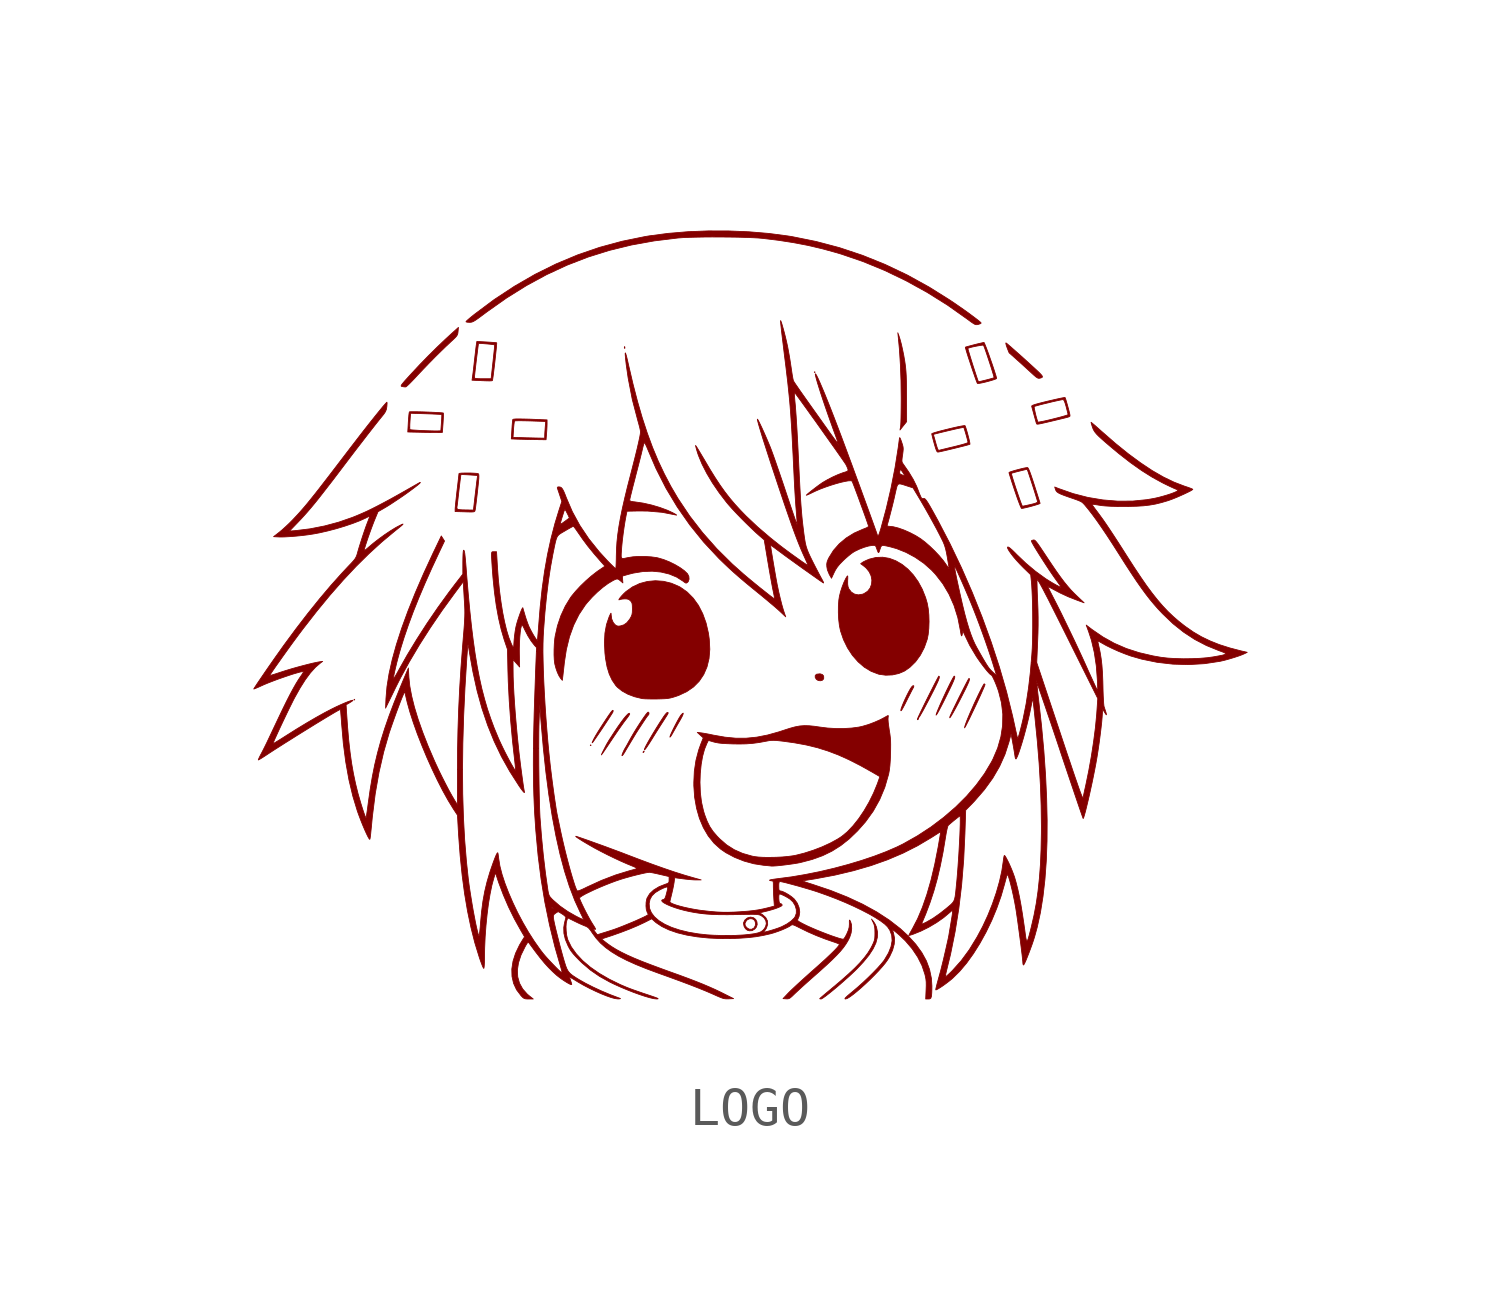
<source format=kicad_sym>
(kicad_symbol_lib
  (version 20210619)
  (generator bitmap2component)
  (symbol "LOGO"
    (pin_names
      (offset 1.016))
    (property "Reference" "#G"
      (at 0 9.389 0)
      (effects (font (size 1.27 1.27)) hide))
    (symbol "LOGO_0_0"
      (polyline (pts (xy -5.266 -9.947) (xy -5.324 -9.898) (xy -5.444 -9.763) (xy -5.526 -9.614) (xy -5.572 -9.45) (xy -5.581 -9.273) (xy -5.552 -9.084) (xy -5.487 -8.883) (xy -5.383 -8.671) (xy -5.359 -8.628) (xy -5.329 -8.578) (xy -5.309 -8.555) (xy -5.294 -8.554) (xy -5.278 -8.571) (xy -5.254 -8.605) (xy -5.115 -8.794) (xy -4.991 -8.955) (xy -4.878 -9.092) (xy -4.771 -9.21) (xy -4.665 -9.315) (xy -4.558 -9.412) (xy -4.506 -9.453) (xy -4.431 -9.509) (xy -4.355 -9.56) (xy -4.284 -9.604) (xy -4.225 -9.636) (xy -4.185 -9.651) (xy -4.17 -9.646) (xy -4.171 -9.638) (xy -4.182 -9.598) (xy -4.2 -9.543) (xy -4.209 -9.518) (xy -4.224 -9.472) (xy -4.23 -9.451) (xy -4.222 -9.454) (xy -4.186 -9.475) (xy -4.129 -9.509) (xy -4.058 -9.553) (xy -3.999 -9.589) (xy -3.858 -9.67) (xy -3.708 -9.748) (xy -3.555 -9.822) (xy -3.407 -9.888) (xy -3.269 -9.943) (xy -3.146 -9.986) (xy -3.046 -10.013) (xy -2.974 -10.022) (xy -2.939 -10.021) (xy -2.907 -10.016) (xy -2.907 -10.01) (xy -2.954 -9.993) (xy -3.175 -9.909) (xy -3.399 -9.815) (xy -3.615 -9.715) (xy -3.814 -9.614) (xy -3.984 -9.518) (xy -4.06 -9.471) (xy -4.148 -9.413) (xy -4.213 -9.36) (xy -4.26 -9.306) (xy -4.296 -9.242) (xy -4.328 -9.16) (xy -4.362 -9.051) (xy -4.37 -9.024) (xy -4.404 -8.906) (xy -4.441 -8.772) (xy -4.479 -8.628) (xy -4.517 -8.48) (xy -4.553 -8.337) (xy -4.586 -8.204) (xy -4.613 -8.089) (xy -4.632 -7.999) (xy -4.643 -7.941) (xy -4.647 -7.905) (xy -4.647 -7.86) (xy -4.631 -7.831) (xy -4.595 -7.801) (xy -4.586 -7.795) (xy -4.545 -7.769) (xy -4.522 -7.758) (xy -4.507 -7.765) (xy -4.466 -7.789) (xy -4.41 -7.824) (xy -4.368 -7.854) (xy -4.329 -7.891) (xy -4.323 -7.919) (xy -4.333 -7.949) (xy -4.348 -8.007) (xy -4.364 -8.079) (xy -4.378 -8.169) (xy -4.374 -8.319) (xy -4.337 -8.476) (xy -4.265 -8.647) (xy -4.228 -8.717) (xy -4.185 -8.784) (xy -4.132 -8.852) (xy -4.063 -8.928) (xy -3.971 -9.023) (xy -3.904 -9.088) (xy -3.685 -9.274) (xy -3.447 -9.438) (xy -3.181 -9.586) (xy -3.063 -9.643) (xy -2.903 -9.715) (xy -2.738 -9.784) (xy -2.574 -9.849) (xy -2.417 -9.906) (xy -2.272 -9.954) (xy -2.145 -9.991) (xy -2.042 -10.015) (xy -1.97 -10.023) (xy -1.946 -10.022) (xy -1.929 -10.019) (xy -1.933 -10.011) (xy -1.961 -9.997) (xy -2.017 -9.976) (xy -2.104 -9.946) (xy -2.225 -9.905) (xy -2.316 -9.875) (xy -2.443 -9.831) (xy -2.561 -9.79) (xy -2.662 -9.753) (xy -2.734 -9.725) (xy -2.906 -9.652) (xy -3.196 -9.51) (xy -3.458 -9.358) (xy -3.689 -9.197) (xy -3.888 -9.028) (xy -4.052 -8.852) (xy -4.181 -8.673) (xy -4.271 -8.49) (xy -4.28 -8.462) (xy -4.303 -8.366) (xy -4.315 -8.256) (xy -4.319 -8.145) (xy -4.312 -8.047) (xy -4.294 -7.974) (xy -4.271 -7.92) (xy -4.095 -8.007) (xy -4.058 -8.025) (xy -3.968 -8.068) (xy -3.886 -8.104) (xy -3.826 -8.129) (xy -3.809 -8.135) (xy -3.764 -8.158) (xy -3.726 -8.19) (xy -3.684 -8.241) (xy -3.632 -8.318) (xy -3.537 -8.448) (xy -3.425 -8.572) (xy -3.292 -8.689) (xy -3.137 -8.801) (xy -2.957 -8.911) (xy -2.748 -9.019) (xy -2.509 -9.127) (xy -2.235 -9.238) (xy -1.925 -9.353) (xy -1.674 -9.443) (xy -1.37 -9.554) (xy -1.101 -9.655) (xy -0.868 -9.746) (xy -0.672 -9.826) (xy -0.513 -9.895) (xy -0.466 -9.916) (xy -0.367 -9.96) (xy -0.294 -9.99) (xy -0.239 -10.009) (xy -0.193 -10.018) (xy -0.148 -10.021) (xy -0.098 -10.02) (xy 0.03 -10.014) (xy -0.261 -9.868) (xy -0.305 -9.846) (xy -0.447 -9.778) (xy -0.598 -9.711) (xy -0.762 -9.641) (xy -0.945 -9.568) (xy -1.151 -9.489) (xy -1.386 -9.402) (xy -1.654 -9.306) (xy -1.849 -9.235) (xy -2.113 -9.137) (xy -2.345 -9.048) (xy -2.547 -8.965) (xy -2.723 -8.887) (xy -2.877 -8.812) (xy -3.012 -8.739) (xy -3.131 -8.666) (xy -3.238 -8.592) (xy -3.337 -8.515) (xy -3.396 -8.466) (xy -3.166 -8.39) (xy -3.131 -8.379) (xy -2.897 -8.296) (xy -2.67 -8.209) (xy -2.463 -8.122) (xy -2.285 -8.039) (xy -2.095 -7.943) (xy -2.01 -8.018) (xy -1.982 -8.043) (xy -1.831 -8.143) (xy -1.647 -8.231) (xy -1.43 -8.306) (xy -1.185 -8.366) (xy -0.915 -8.411) (xy -0.622 -8.441) (xy -0.309 -8.456) (xy 0.02 -8.453) (xy 0.193 -8.446) (xy 0.415 -8.43) (xy 0.614 -8.407) (xy 0.801 -8.374) (xy 0.985 -8.332) (xy 1.077 -8.306) (xy 1.188 -8.268) (xy 1.297 -8.226) (xy 1.396 -8.182) (xy 1.475 -8.142) (xy 1.524 -8.109) (xy 1.532 -8.103) (xy 1.551 -8.097) (xy 1.579 -8.101) (xy 1.624 -8.118) (xy 1.69 -8.15) (xy 1.786 -8.198) (xy 1.962 -8.284) (xy 2.175 -8.377) (xy 2.398 -8.464) (xy 2.616 -8.54) (xy 2.624 -8.542) (xy 2.693 -8.566) (xy 2.747 -8.587) (xy 2.773 -8.6) (xy 2.775 -8.604) (xy 2.764 -8.632) (xy 2.722 -8.685) (xy 2.65 -8.762) (xy 2.547 -8.863) (xy 2.416 -8.987) (xy 2.255 -9.133) (xy 2.065 -9.302) (xy 2.032 -9.331) (xy 1.908 -9.442) (xy 1.788 -9.551) (xy 1.677 -9.652) (xy 1.581 -9.742) (xy 1.505 -9.814) (xy 1.453 -9.866) (xy 1.313 -10.014) (xy 1.395 -10.02) (xy 1.396 -10.02) (xy 1.435 -10.021) (xy 1.468 -10.013) (xy 1.504 -9.992) (xy 1.55 -9.952) (xy 1.615 -9.889) (xy 1.649 -9.857) (xy 1.72 -9.791) (xy 1.811 -9.707) (xy 1.917 -9.612) (xy 2.03 -9.511) (xy 2.145 -9.41) (xy 2.285 -9.286) (xy 2.451 -9.136) (xy 2.591 -9.004) (xy 2.707 -8.888) (xy 2.803 -8.785) (xy 2.881 -8.69) (xy 2.945 -8.6) (xy 2.998 -8.513) (xy 3.042 -8.425) (xy 3.046 -8.415) (xy 3.081 -8.308) (xy 3.095 -8.196) (xy 3.09 -8.093) (xy 3.065 -8.011) (xy 3.061 -8.004) (xy 3.045 -7.978) (xy 3.037 -7.977) (xy 3.034 -8.007) (xy 3.035 -8.072) (xy 3.035 -8.079) (xy 3.03 -8.159) (xy 3.01 -8.235) (xy 2.972 -8.325) (xy 2.968 -8.334) (xy 2.934 -8.4) (xy 2.903 -8.449) (xy 2.881 -8.471) (xy 2.877 -8.472) (xy 2.837 -8.467) (xy 2.768 -8.448) (xy 2.675 -8.418) (xy 2.564 -8.38) (xy 2.441 -8.334) (xy 2.312 -8.284) (xy 2.183 -8.232) (xy 2.06 -8.179) (xy 1.948 -8.129) (xy 1.854 -8.083) (xy 1.796 -8.053) (xy 1.736 -8.02) (xy 1.703 -7.997) (xy 1.692 -7.977) (xy 1.696 -7.954) (xy 1.712 -7.922) (xy 1.731 -7.875) (xy 1.747 -7.766) (xy 1.73 -7.651) (xy 1.684 -7.537) (xy 1.609 -7.434) (xy 1.594 -7.419) (xy 1.527 -7.363) (xy 1.447 -7.309) (xy 1.364 -7.262) (xy 1.29 -7.229) (xy 1.235 -7.217) (xy 1.228 -7.216) (xy 1.212 -7.203) (xy 1.205 -7.166) (xy 1.203 -7.097) (xy 1.203 -7.055) (xy 1.208 -7.005) (xy 1.218 -6.982) (xy 1.239 -6.976) (xy 1.248 -6.977) (xy 1.298 -6.987) (xy 1.377 -7.005) (xy 1.479 -7.032) (xy 1.598 -7.064) (xy 1.727 -7.099) (xy 1.86 -7.138) (xy 1.99 -7.176) (xy 2.11 -7.213) (xy 2.215 -7.247) (xy 2.229 -7.252) (xy 2.466 -7.336) (xy 2.701 -7.426) (xy 2.931 -7.521) (xy 3.15 -7.619) (xy 3.355 -7.718) (xy 3.542 -7.815) (xy 3.706 -7.909) (xy 3.844 -7.998) (xy 3.952 -8.079) (xy 4.026 -8.151) (xy 4.085 -8.238) (xy 4.133 -8.368) (xy 4.144 -8.511) (xy 4.116 -8.664) (xy 4.051 -8.829) (xy 3.947 -9.005) (xy 3.929 -9.031) (xy 3.858 -9.119) (xy 3.764 -9.224) (xy 3.651 -9.341) (xy 3.526 -9.465) (xy 3.394 -9.59) (xy 3.26 -9.71) (xy 3.131 -9.82) (xy 3.05 -9.887) (xy 2.982 -9.945) (xy 2.94 -9.985) (xy 2.921 -10.008) (xy 2.921 -10.021) (xy 2.937 -10.024) (xy 2.981 -10.01) (xy 3.047 -9.97) (xy 3.132 -9.908) (xy 3.231 -9.828) (xy 3.34 -9.734) (xy 3.455 -9.63) (xy 3.571 -9.52) (xy 3.684 -9.407) (xy 3.791 -9.296) (xy 3.886 -9.19) (xy 3.966 -9.094) (xy 4.026 -9.011) (xy 4.08 -8.923) (xy 4.157 -8.756) (xy 4.2 -8.597) (xy 4.208 -8.447) (xy 4.18 -8.31) (xy 4.173 -8.29) (xy 4.16 -8.246) (xy 4.158 -8.225) (xy 4.172 -8.233) (xy 4.21 -8.262) (xy 4.266 -8.309) (xy 4.335 -8.368) (xy 4.488 -8.514) (xy 4.663 -8.719) (xy 4.808 -8.935) (xy 4.92 -9.158) (xy 4.995 -9.382) (xy 5.005 -9.424) (xy 5.021 -9.505) (xy 5.029 -9.583) (xy 5.03 -9.673) (xy 5.026 -9.788) (xy 5.016 -10.024) (xy 5.082 -10.024) (xy 5.12 -10.021) (xy 5.148 -10.004) (xy 5.164 -9.959) (xy 5.168 -9.932) (xy 5.173 -9.866) (xy 5.176 -9.778) (xy 5.177 -9.683) (xy 5.164 -9.487) (xy 5.116 -9.257) (xy 5.034 -9.035) (xy 4.915 -8.819) (xy 4.759 -8.604) (xy 4.564 -8.389) (xy 4.357 -8.198) (xy 4.068 -7.974) (xy 3.742 -7.762) (xy 3.379 -7.563) (xy 2.981 -7.378) (xy 2.548 -7.206) (xy 2.081 -7.049) (xy 1.983 -7.018) (xy 1.905 -6.992) (xy 1.858 -6.974) (xy 1.838 -6.963) (xy 1.842 -6.955) (xy 1.865 -6.95) (xy 2.143 -6.906) (xy 2.659 -6.809) (xy 3.143 -6.694) (xy 3.597 -6.562) (xy 4.023 -6.411) (xy 4.425 -6.24) (xy 4.804 -6.048) (xy 5.163 -5.835) (xy 5.405 -5.681) (xy 5.388 -5.792) (xy 5.339 -6.081) (xy 5.251 -6.527) (xy 5.154 -6.937) (xy 5.047 -7.309) (xy 4.931 -7.644) (xy 4.806 -7.941) (xy 4.737 -8.073) (xy 4.914 -8.073) (xy 4.918 -8.054) (xy 5.016 -7.821) (xy 5.128 -7.524) (xy 5.228 -7.22) (xy 5.316 -6.905) (xy 5.395 -6.569) (xy 5.467 -6.208) (xy 5.533 -5.813) (xy 5.537 -5.788) (xy 5.554 -5.689) (xy 5.572 -5.607) (xy 5.587 -5.548) (xy 5.599 -5.521) (xy 5.617 -5.504) (xy 5.667 -5.461) (xy 5.727 -5.41) (xy 5.789 -5.36) (xy 5.845 -5.316) (xy 5.886 -5.284) (xy 5.905 -5.272) (xy 5.909 -5.278) (xy 5.912 -5.316) (xy 5.913 -5.388) (xy 5.912 -5.488) (xy 5.908 -5.612) (xy 5.903 -5.756) (xy 5.895 -5.915) (xy 5.886 -6.085) (xy 5.876 -6.261) (xy 5.864 -6.439) (xy 5.852 -6.614) (xy 5.839 -6.781) (xy 5.826 -6.937) (xy 5.812 -7.076) (xy 5.804 -7.159) (xy 5.792 -7.276) (xy 5.78 -7.364) (xy 5.765 -7.431) (xy 5.744 -7.483) (xy 5.713 -7.528) (xy 5.67 -7.572) (xy 5.611 -7.622) (xy 5.533 -7.687) (xy 5.378 -7.809) (xy 5.2 -7.933) (xy 5.037 -8.026) (xy 5.025 -8.032) (xy 4.961 -8.063) (xy 4.926 -8.076) (xy 4.914 -8.073) (xy 4.737 -8.073) (xy 4.672 -8.199) (xy 4.645 -8.246) (xy 4.609 -8.311) (xy 4.586 -8.356) (xy 4.579 -8.374) (xy 4.592 -8.373) (xy 4.633 -8.362) (xy 4.693 -8.342) (xy 4.888 -8.264) (xy 5.096 -8.161) (xy 5.298 -8.041) (xy 5.482 -7.912) (xy 5.638 -7.781) (xy 5.639 -7.781) (xy 5.672 -7.75) (xy 5.695 -7.734) (xy 5.708 -7.737) (xy 5.712 -7.763) (xy 5.708 -7.817) (xy 5.695 -7.902) (xy 5.675 -8.022) (xy 5.662 -8.102) (xy 5.646 -8.195) (xy 5.633 -8.271) (xy 5.625 -8.32) (xy 5.621 -8.347) (xy 5.616 -8.376) (xy 5.609 -8.409) (xy 5.601 -8.451) (xy 5.588 -8.511) (xy 5.569 -8.595) (xy 5.543 -8.711) (xy 5.476 -9.001) (xy 5.403 -9.294) (xy 5.369 -9.418) (xy 5.532 -9.418) (xy 5.539 -9.366) (xy 5.555 -9.297) (xy 5.662 -8.858) (xy 5.779 -8.278) (xy 5.875 -7.68) (xy 5.949 -7.059) (xy 6.002 -6.413) (xy 6.034 -5.735) (xy 6.054 -5.123) (xy 6.212 -4.963) (xy 6.284 -4.887) (xy 6.539 -4.593) (xy 6.756 -4.293) (xy 6.934 -3.987) (xy 7.074 -3.674) (xy 7.178 -3.351) (xy 7.232 -3.144) (xy 7.276 -3.381) (xy 7.292 -3.469) (xy 7.309 -3.57) (xy 7.323 -3.656) (xy 7.332 -3.715) (xy 7.337 -3.748) (xy 7.348 -3.787) (xy 7.36 -3.794) (xy 7.373 -3.775) (xy 7.401 -3.716) (xy 7.435 -3.626) (xy 7.473 -3.511) (xy 7.515 -3.377) (xy 7.559 -3.228) (xy 7.602 -3.07) (xy 7.644 -2.909) (xy 7.683 -2.749) (xy 7.718 -2.596) (xy 7.746 -2.456) (xy 7.751 -2.43) (xy 7.769 -2.34) (xy 7.783 -2.27) (xy 7.793 -2.227) (xy 7.797 -2.216) (xy 7.798 -2.224) (xy 7.802 -2.267) (xy 7.81 -2.341) (xy 7.821 -2.439) (xy 7.834 -2.557) (xy 7.848 -2.688) (xy 7.852 -2.728) (xy 7.913 -3.336) (xy 7.96 -3.915) (xy 7.993 -4.471) (xy 8.012 -5.01) (xy 8.019 -5.539) (xy 8.018 -5.721) (xy 8.01 -6.14) (xy 7.994 -6.528) (xy 7.967 -6.887) (xy 7.931 -7.225) (xy 7.885 -7.544) (xy 7.827 -7.851) (xy 7.758 -8.149) (xy 7.734 -8.245) (xy 7.702 -8.369) (xy 7.677 -8.456) (xy 7.658 -8.506) (xy 7.643 -8.521) (xy 7.63 -8.5) (xy 7.617 -8.446) (xy 7.604 -8.359) (xy 7.588 -8.239) (xy 7.568 -8.098) (xy 7.528 -7.826) (xy 7.489 -7.587) (xy 7.45 -7.376) (xy 7.41 -7.189) (xy 7.368 -7.021) (xy 7.324 -6.866) (xy 7.317 -6.846) (xy 7.286 -6.76) (xy 7.249 -6.665) (xy 7.208 -6.57) (xy 7.167 -6.479) (xy 7.127 -6.401) (xy 7.094 -6.34) (xy 7.069 -6.304) (xy 7.056 -6.299) (xy 7.047 -6.327) (xy 7.037 -6.384) (xy 7.028 -6.455) (xy 6.992 -6.698) (xy 6.931 -6.973) (xy 6.848 -7.264) (xy 6.746 -7.561) (xy 6.627 -7.857) (xy 6.494 -8.144) (xy 6.348 -8.417) (xy 6.148 -8.744) (xy 5.936 -9.032) (xy 5.712 -9.282) (xy 5.655 -9.339) (xy 5.598 -9.392) (xy 5.556 -9.429) (xy 5.535 -9.442) (xy 5.534 -9.442) (xy 5.532 -9.418) (xy 5.369 -9.418) (xy 5.33 -9.559) (xy 5.311 -9.628) (xy 5.292 -9.704) (xy 5.279 -9.76) (xy 5.277 -9.786) (xy 5.29 -9.786) (xy 5.329 -9.767) (xy 5.388 -9.731) (xy 5.46 -9.683) (xy 5.539 -9.626) (xy 5.618 -9.566) (xy 5.691 -9.507) (xy 5.713 -9.488) (xy 5.896 -9.308) (xy 6.077 -9.094) (xy 6.253 -8.85) (xy 6.422 -8.581) (xy 6.582 -8.291) (xy 6.729 -7.987) (xy 6.86 -7.671) (xy 6.974 -7.349) (xy 7.067 -7.027) (xy 7.068 -7.022) (xy 7.095 -6.92) (xy 7.114 -6.851) (xy 7.128 -6.812) (xy 7.138 -6.798) (xy 7.147 -6.804) (xy 7.157 -6.826) (xy 7.169 -6.861) (xy 7.197 -6.952) (xy 7.228 -7.071) (xy 7.261 -7.207) (xy 7.293 -7.352) (xy 7.323 -7.498) (xy 7.348 -7.636) (xy 7.349 -7.641) (xy 7.364 -7.732) (xy 7.381 -7.848) (xy 7.401 -7.983) (xy 7.421 -8.131) (xy 7.442 -8.287) (xy 7.463 -8.444) (xy 7.483 -8.597) (xy 7.5 -8.739) (xy 7.516 -8.866) (xy 7.527 -8.97) (xy 7.535 -9.046) (xy 7.538 -9.089) (xy 7.542 -9.124) (xy 7.555 -9.142) (xy 7.562 -9.135) (xy 7.584 -9.097) (xy 7.614 -9.032) (xy 7.65 -8.944) (xy 7.691 -8.841) (xy 7.733 -8.729) (xy 7.775 -8.614) (xy 7.813 -8.502) (xy 7.845 -8.4) (xy 7.912 -8.156) (xy 7.994 -7.779) (xy 8.06 -7.366) (xy 8.111 -6.919) (xy 8.146 -6.439) (xy 8.165 -5.928) (xy 8.168 -5.386) (xy 8.155 -4.815) (xy 8.127 -4.216) (xy 8.083 -3.589) (xy 8.023 -2.937) (xy 7.947 -2.259) (xy 7.942 -2.222) (xy 7.928 -2.099) (xy 7.916 -1.992) (xy 7.908 -1.906) (xy 7.903 -1.847) (xy 7.903 -1.821) (xy 7.904 -1.821) (xy 7.913 -1.844) (xy 7.934 -1.901) (xy 7.966 -1.991) (xy 8.008 -2.111) (xy 8.058 -2.258) (xy 8.117 -2.429) (xy 8.182 -2.622) (xy 8.255 -2.834) (xy 8.332 -3.063) (xy 8.414 -3.307) (xy 8.499 -3.561) (xy 8.513 -3.605) (xy 8.598 -3.859) (xy 8.68 -4.102) (xy 8.757 -4.331) (xy 8.829 -4.543) (xy 8.894 -4.736) (xy 8.952 -4.907) (xy 9.002 -5.054) (xy 9.043 -5.173) (xy 9.074 -5.262) (xy 9.094 -5.318) (xy 9.102 -5.339) (xy 9.108 -5.335) (xy 9.122 -5.298) (xy 9.142 -5.23) (xy 9.168 -5.134) (xy 9.197 -5.015) (xy 9.23 -4.878) (xy 9.265 -4.728) (xy 9.3 -4.568) (xy 9.336 -4.403) (xy 9.37 -4.237) (xy 9.402 -4.076) (xy 9.431 -3.924) (xy 9.433 -3.913) (xy 9.462 -3.748) (xy 9.491 -3.564) (xy 9.519 -3.372) (xy 9.544 -3.18) (xy 9.566 -3) (xy 9.584 -2.84) (xy 9.595 -2.709) (xy 9.609 -2.501) (xy 9.653 -2.574) (xy 9.683 -2.622) (xy 9.702 -2.648) (xy 9.708 -2.644) (xy 9.701 -2.608) (xy 9.68 -2.54) (xy 9.646 -2.436) (xy 9.642 -2.418) (xy 9.636 -2.36) (xy 9.63 -2.272) (xy 9.624 -2.161) (xy 9.619 -2.033) (xy 9.616 -1.895) (xy 9.613 -1.775) (xy 9.604 -1.555) (xy 9.59 -1.362) (xy 9.57 -1.19) (xy 9.544 -1.029) (xy 9.511 -0.872) (xy 9.498 -0.816) (xy 9.487 -0.763) (xy 9.483 -0.737) (xy 9.492 -0.736) (xy 9.527 -0.752) (xy 9.579 -0.782) (xy 9.581 -0.783) (xy 9.704 -0.852) (xy 9.853 -0.925) (xy 10.017 -0.999) (xy 10.184 -1.066) (xy 10.341 -1.123) (xy 10.624 -1.204) (xy 11.023 -1.286) (xy 11.431 -1.333) (xy 11.843 -1.345) (xy 12.251 -1.321) (xy 12.649 -1.261) (xy 12.664 -1.258) (xy 12.775 -1.232) (xy 12.898 -1.198) (xy 13.024 -1.16) (xy 13.142 -1.121) (xy 13.241 -1.084) (xy 13.311 -1.052) (xy 13.361 -1.026) (xy 13.301 -1.012) (xy 13.2 -0.989) (xy 12.903 -0.911) (xy 12.636 -0.826) (xy 12.396 -0.73) (xy 12.174 -0.623) (xy 11.964 -0.5) (xy 11.761 -0.359) (xy 11.734 -0.339) (xy 11.583 -0.22) (xy 11.441 -0.097) (xy 11.303 0.034) (xy 11.168 0.177) (xy 11.033 0.334) (xy 10.894 0.509) (xy 10.748 0.706) (xy 10.594 0.929) (xy 10.427 1.18) (xy 10.245 1.463) (xy 10.137 1.633) (xy 10.006 1.837) (xy 9.891 2.014) (xy 9.79 2.167) (xy 9.7 2.301) (xy 9.618 2.419) (xy 9.541 2.525) (xy 9.468 2.624) (xy 9.467 2.625) (xy 9.411 2.699) (xy 9.367 2.76) (xy 9.337 2.802) (xy 9.328 2.818) (xy 9.335 2.818) (xy 9.375 2.813) (xy 9.441 2.804) (xy 9.523 2.791) (xy 9.578 2.782) (xy 9.686 2.772) (xy 9.818 2.764) (xy 9.979 2.76) (xy 10.174 2.759) (xy 10.28 2.76) (xy 10.487 2.765) (xy 10.666 2.776) (xy 10.828 2.795) (xy 10.982 2.822) (xy 11.136 2.86) (xy 11.299 2.908) (xy 11.34 2.922) (xy 11.427 2.954) (xy 11.524 2.993) (xy 11.625 3.037) (xy 11.723 3.081) (xy 11.811 3.123) (xy 11.883 3.159) (xy 11.931 3.188) (xy 11.948 3.204) (xy 11.936 3.212) (xy 11.892 3.231) (xy 11.824 3.256) (xy 11.74 3.284) (xy 11.725 3.289) (xy 11.462 3.39) (xy 11.186 3.523) (xy 10.897 3.689) (xy 10.595 3.89) (xy 10.277 4.124) (xy 9.944 4.393) (xy 9.594 4.698) (xy 9.59 4.701) (xy 9.503 4.779) (xy 9.426 4.847) (xy 9.365 4.899) (xy 9.324 4.933) (xy 9.308 4.944) (xy 9.31 4.927) (xy 9.323 4.881) (xy 9.343 4.819) (xy 9.36 4.772) (xy 9.382 4.729) (xy 9.411 4.685) (xy 9.451 4.637) (xy 9.507 4.58) (xy 9.582 4.511) (xy 9.68 4.425) (xy 9.806 4.317) (xy 10.028 4.132) (xy 10.332 3.895) (xy 10.622 3.69) (xy 10.899 3.516) (xy 11.166 3.37) (xy 11.206 3.35) (xy 11.305 3.302) (xy 11.394 3.26) (xy 11.464 3.228) (xy 11.507 3.21) (xy 11.518 3.206) (xy 11.556 3.19) (xy 11.561 3.177) (xy 11.539 3.157) (xy 11.527 3.149) (xy 11.47 3.123) (xy 11.386 3.091) (xy 11.282 3.057) (xy 11.169 3.024) (xy 11.054 2.993) (xy 10.946 2.969) (xy 10.759 2.936) (xy 10.387 2.899) (xy 10.004 2.897) (xy 9.615 2.929) (xy 9.226 2.994) (xy 8.842 3.093) (xy 8.467 3.224) (xy 8.364 3.265) (xy 8.385 3.197) (xy 8.385 3.197) (xy 8.399 3.166) (xy 8.421 3.139) (xy 8.457 3.112) (xy 8.512 3.084) (xy 8.591 3.052) (xy 8.698 3.013) (xy 8.838 2.965) (xy 8.85 2.961) (xy 8.948 2.926) (xy 9.017 2.898) (xy 9.066 2.872) (xy 9.103 2.841) (xy 9.139 2.803) (xy 9.235 2.687) (xy 9.342 2.549) (xy 9.457 2.392) (xy 9.582 2.212) (xy 9.721 2.006) (xy 9.874 1.771) (xy 10.044 1.504) (xy 10.204 1.252) (xy 10.352 1.025) (xy 10.485 0.825) (xy 10.608 0.649) (xy 10.722 0.493) (xy 10.831 0.352) (xy 10.938 0.223) (xy 11.045 0.101) (xy 11.156 -0.017) (xy 11.168 -0.029) (xy 11.436 -0.285) (xy 11.711 -0.504) (xy 11.998 -0.692) (xy 12.301 -0.85) (xy 12.627 -0.983) (xy 12.697 -1.008) (xy 12.76 -1.033) (xy 12.795 -1.053) (xy 12.799 -1.07) (xy 12.771 -1.085) (xy 12.71 -1.102) (xy 12.612 -1.121) (xy 12.477 -1.145) (xy 12.326 -1.166) (xy 12.134 -1.182) (xy 11.924 -1.191) (xy 11.707 -1.194) (xy 11.494 -1.188) (xy 11.297 -1.176) (xy 11.126 -1.156) (xy 10.915 -1.119) (xy 10.555 -1.035) (xy 10.222 -0.927) (xy 9.911 -0.792) (xy 9.618 -0.629) (xy 9.337 -0.437) (xy 9.182 -0.319) (xy 9.243 -0.485) (xy 9.317 -0.711) (xy 9.392 -1.032) (xy 9.444 -1.381) (xy 9.472 -1.754) (xy 9.483 -2.035) (xy 9.443 -1.955) (xy 9.433 -1.935) (xy 9.405 -1.875) (xy 9.366 -1.789) (xy 9.317 -1.682) (xy 9.262 -1.562) (xy 9.204 -1.433) (xy 9.199 -1.421) (xy 9.096 -1.194) (xy 8.985 -0.954) (xy 8.87 -0.709) (xy 8.753 -0.465) (xy 8.639 -0.23) (xy 8.532 -0.009) (xy 8.433 0.188) (xy 8.347 0.356) (xy 8.295 0.457) (xy 8.249 0.547) (xy 8.214 0.618) (xy 8.191 0.665) (xy 8.185 0.682) (xy 8.189 0.68) (xy 8.22 0.665) (xy 8.274 0.637) (xy 8.342 0.6) (xy 8.508 0.512) (xy 8.715 0.416) (xy 8.939 0.328) (xy 9.128 0.259) (xy 8.937 0.44) (xy 8.872 0.503) (xy 8.785 0.593) (xy 8.699 0.692) (xy 8.609 0.802) (xy 8.513 0.93) (xy 8.407 1.078) (xy 8.288 1.253) (xy 8.152 1.457) (xy 8.134 1.484) (xy 8.049 1.612) (xy 7.983 1.71) (xy 7.932 1.783) (xy 7.894 1.834) (xy 7.865 1.866) (xy 7.844 1.884) (xy 7.826 1.89) (xy 7.809 1.889) (xy 7.775 1.879) (xy 7.758 1.866) (xy 7.768 1.838) (xy 7.798 1.782) (xy 7.844 1.702) (xy 7.904 1.604) (xy 7.974 1.492) (xy 8.051 1.372) (xy 8.132 1.247) (xy 8.213 1.123) (xy 8.293 1.005) (xy 8.367 0.898) (xy 8.433 0.807) (xy 8.457 0.773) (xy 8.498 0.716) (xy 8.523 0.676) (xy 8.53 0.661) (xy 8.512 0.666) (xy 8.464 0.689) (xy 8.395 0.725) (xy 8.312 0.772) (xy 8.225 0.825) (xy 8.139 0.879) (xy 8.113 0.897) (xy 7.864 1.078) (xy 7.616 1.286) (xy 7.38 1.511) (xy 7.339 1.553) (xy 7.26 1.63) (xy 7.202 1.68) (xy 7.165 1.705) (xy 7.143 1.707) (xy 7.138 1.7) (xy 7.146 1.666) (xy 7.177 1.61) (xy 7.227 1.538) (xy 7.293 1.452) (xy 7.372 1.36) (xy 7.46 1.264) (xy 7.552 1.17) (xy 7.741 0.987) (xy 7.76 0.799) (xy 7.766 0.733) (xy 7.774 0.588) (xy 7.782 0.416) (xy 7.788 0.224) (xy 7.792 0.019) (xy 7.793 -0.191) (xy 7.793 -0.397) (xy 7.791 -0.593) (xy 7.787 -0.771) (xy 7.781 -0.922) (xy 7.771 -1.081) (xy 7.753 -1.293) (xy 7.898 -1.293) (xy 7.921 -0.755) (xy 7.93 -0.527) (xy 7.934 -0.32) (xy 7.934 -0.121) (xy 7.93 0.085) (xy 7.921 0.315) (xy 7.915 0.454) (xy 7.91 0.582) (xy 7.907 0.692) (xy 7.905 0.778) (xy 7.905 0.835) (xy 7.907 0.857) (xy 7.909 0.858) (xy 7.918 0.852) (xy 7.934 0.834) (xy 7.955 0.801) (xy 7.985 0.75) (xy 8.023 0.681) (xy 8.071 0.592) (xy 8.129 0.479) (xy 8.2 0.343) (xy 8.282 0.179) (xy 8.379 -0.013) (xy 8.49 -0.234) (xy 8.617 -0.488) (xy 8.761 -0.777) (xy 9.482 -2.225) (xy 9.461 -2.531) (xy 9.453 -2.644) (xy 9.42 -2.985) (xy 9.373 -3.348) (xy 9.315 -3.724) (xy 9.247 -4.103) (xy 9.171 -4.472) (xy 9.156 -4.539) (xy 9.134 -4.638) (xy 9.117 -4.719) (xy 9.106 -4.774) (xy 9.101 -4.798) (xy 9.101 -4.807) (xy 9.096 -4.809) (xy 9.087 -4.795) (xy 9.072 -4.763) (xy 9.051 -4.712) (xy 9.023 -4.638) (xy 8.988 -4.541) (xy 8.946 -4.419) (xy 8.894 -4.27) (xy 8.833 -4.091) (xy 8.763 -3.882) (xy 8.681 -3.641) (xy 8.589 -3.365) (xy 8.485 -3.052) (xy 7.898 -1.293) (xy 7.753 -1.293) (xy 7.733 -1.534) (xy 7.707 -1.764) (xy 7.879 -1.764) (xy 7.88 -1.754) (xy 7.892 -1.751) (xy 7.894 -1.754) (xy 7.892 -1.778) (xy 7.886 -1.781) (xy 7.879 -1.764) (xy 7.707 -1.764) (xy 7.683 -1.963) (xy 7.622 -2.363) (xy 7.549 -2.729) (xy 7.539 -2.774) (xy 7.508 -2.905) (xy 7.478 -3.023) (xy 7.452 -3.123) (xy 7.429 -3.199) (xy 7.413 -3.247) (xy 7.403 -3.26) (xy 7.399 -3.25) (xy 7.388 -3.206) (xy 7.371 -3.134) (xy 7.35 -3.041) (xy 7.327 -2.933) (xy 7.269 -2.67) (xy 7.114 -2.047) (xy 6.929 -1.409) (xy 6.717 -0.763) (xy 6.481 -0.114) (xy 6.223 0.532) (xy 5.945 1.168) (xy 5.649 1.788) (xy 5.338 2.386) (xy 5.255 2.537) (xy 5.181 2.671) (xy 5.122 2.775) (xy 5.075 2.853) (xy 5.039 2.908) (xy 5.011 2.943) (xy 4.991 2.961) (xy 4.975 2.966) (xy 4.958 2.965) (xy 4.919 2.965) (xy 4.905 2.98) (xy 4.882 3.027) (xy 4.852 3.097) (xy 4.82 3.183) (xy 4.78 3.284) (xy 4.692 3.462) (xy 4.575 3.656) (xy 4.427 3.869) (xy 4.412 3.891) (xy 4.402 3.919) (xy 4.399 3.956) (xy 4.404 4.013) (xy 4.416 4.1) (xy 4.417 4.101) (xy 4.428 4.188) (xy 4.433 4.25) (xy 4.429 4.302) (xy 4.416 4.357) (xy 4.392 4.43) (xy 4.376 4.476) (xy 4.355 4.528) (xy 4.342 4.546) (xy 4.335 4.531) (xy 4.303 4.29) (xy 4.22 3.765) (xy 4.192 3.625) (xy 4.339 3.625) (xy 4.343 3.664) (xy 4.353 3.703) (xy 4.36 3.724) (xy 4.365 3.721) (xy 4.387 3.693) (xy 4.419 3.647) (xy 4.438 3.618) (xy 4.461 3.578) (xy 4.467 3.559) (xy 4.466 3.559) (xy 4.44 3.565) (xy 4.395 3.582) (xy 4.357 3.6) (xy 4.339 3.625) (xy 4.192 3.625) (xy 4.115 3.231) (xy 3.992 2.703) (xy 3.876 2.273) (xy 4.016 2.273) (xy 4.025 2.299) (xy 4.044 2.366) (xy 4.069 2.458) (xy 4.098 2.571) (xy 4.13 2.694) (xy 4.162 2.822) (xy 4.192 2.947) (xy 4.218 3.062) (xy 4.232 3.126) (xy 4.255 3.224) (xy 4.274 3.291) (xy 4.296 3.33) (xy 4.327 3.345) (xy 4.371 3.341) (xy 4.435 3.323) (xy 4.524 3.294) (xy 4.688 3.241) (xy 4.869 2.939) (xy 4.899 2.888) (xy 4.999 2.716) (xy 5.102 2.534) (xy 5.204 2.349) (xy 5.3 2.172) (xy 5.384 2.01) (xy 5.452 1.874) (xy 5.474 1.828) (xy 5.505 1.749) (xy 5.531 1.663) (xy 5.555 1.56) (xy 5.579 1.428) (xy 5.586 1.385) (xy 5.602 1.289) (xy 5.612 1.225) (xy 5.758 1.225) (xy 5.767 1.214) (xy 5.789 1.172) (xy 5.823 1.101) (xy 5.865 1.008) (xy 5.915 0.897) (xy 5.97 0.773) (xy 6.028 0.64) (xy 6.086 0.504) (xy 6.144 0.368) (xy 6.197 0.239) (xy 6.245 0.12) (xy 6.248 0.113) (xy 6.324 -0.081) (xy 6.404 -0.292) (xy 6.485 -0.513) (xy 6.564 -0.734) (xy 6.637 -0.945) (xy 6.702 -1.138) (xy 6.755 -1.303) (xy 6.765 -1.336) (xy 6.795 -1.432) (xy 6.82 -1.513) (xy 6.838 -1.571) (xy 6.847 -1.599) (xy 6.851 -1.613) (xy 6.849 -1.619) (xy 6.835 -1.61) (xy 6.802 -1.581) (xy 6.745 -1.528) (xy 6.741 -1.524) (xy 6.708 -1.491) (xy 6.675 -1.454) (xy 6.641 -1.409) (xy 6.602 -1.351) (xy 6.556 -1.276) (xy 6.499 -1.18) (xy 6.429 -1.057) (xy 6.343 -0.904) (xy 6.293 -0.809) (xy 6.24 -0.691) (xy 6.188 -0.556) (xy 6.136 -0.402) (xy 6.083 -0.225) (xy 6.028 -0.022) (xy 5.971 0.211) (xy 5.91 0.477) (xy 5.844 0.78) (xy 5.832 0.834) (xy 5.807 0.955) (xy 5.786 1.061) (xy 5.77 1.145) (xy 5.76 1.202) (xy 5.758 1.225) (xy 5.612 1.225) (xy 5.615 1.212) (xy 5.622 1.161) (xy 5.624 1.143) (xy 5.621 1.146) (xy 5.601 1.173) (xy 5.566 1.223) (xy 5.521 1.288) (xy 5.467 1.362) (xy 5.366 1.482) (xy 5.248 1.607) (xy 5.122 1.728) (xy 4.998 1.836) (xy 4.886 1.921) (xy 4.755 2.003) (xy 4.605 2.081) (xy 4.453 2.148) (xy 4.306 2.2) (xy 4.174 2.233) (xy 4.064 2.245) (xy 4.059 2.245) (xy 4.02 2.252) (xy 4.016 2.273) (xy 3.876 2.273) (xy 3.855 2.195) (xy 3.847 2.169) (xy 3.819 2.078) (xy 3.798 2.022) (xy 3.783 1.998) (xy 3.77 2.001) (xy 3.758 2.028) (xy 3.747 2.063) (xy 3.722 2.133) (xy 3.686 2.233) (xy 3.641 2.358) (xy 3.587 2.507) (xy 3.527 2.673) (xy 3.461 2.854) (xy 3.391 3.045) (xy 3.319 3.243) (xy 3.245 3.444) (xy 3.172 3.643) (xy 3.101 3.838) (xy 3.032 4.023) (xy 2.968 4.196) (xy 2.91 4.352) (xy 2.828 4.572) (xy 2.73 4.83) (xy 2.637 5.073) (xy 2.549 5.299) (xy 2.467 5.505) (xy 2.393 5.688) (xy 2.326 5.847) (xy 2.269 5.98) (xy 2.222 6.084) (xy 2.186 6.157) (xy 2.162 6.197) (xy 2.15 6.201) (xy 2.15 6.195) (xy 2.156 6.154) (xy 2.175 6.08) (xy 2.204 5.977) (xy 2.244 5.849) (xy 2.291 5.7) (xy 2.346 5.534) (xy 2.407 5.353) (xy 2.473 5.163) (xy 2.542 4.968) (xy 2.613 4.769) (xy 2.685 4.573) (xy 2.698 4.537) (xy 2.722 4.467) (xy 2.737 4.418) (xy 2.74 4.397) (xy 2.739 4.397) (xy 2.725 4.411) (xy 2.692 4.452) (xy 2.643 4.517) (xy 2.582 4.6) (xy 2.514 4.695) (xy 2.451 4.784) (xy 2.363 4.907) (xy 2.264 5.047) (xy 2.157 5.197) (xy 2.05 5.347) (xy 1.949 5.49) (xy 1.922 5.528) (xy 1.835 5.651) (xy 1.756 5.763) (xy 1.689 5.861) (xy 1.635 5.939) (xy 1.599 5.994) (xy 1.583 6.021) (xy 1.58 6.032) (xy 1.569 6.082) (xy 1.555 6.159) (xy 1.54 6.256) (xy 1.524 6.365) (xy 1.522 6.377) (xy 1.502 6.511) (xy 1.479 6.655) (xy 1.454 6.792) (xy 1.433 6.906) (xy 1.424 6.947) (xy 1.4 7.056) (xy 1.373 7.168) (xy 1.345 7.278) (xy 1.317 7.38) (xy 1.292 7.468) (xy 1.271 7.535) (xy 1.256 7.575) (xy 1.248 7.582) (xy 1.248 7.568) (xy 1.252 7.517) (xy 1.261 7.434) (xy 1.273 7.322) (xy 1.289 7.186) (xy 1.308 7.029) (xy 1.329 6.856) (xy 1.351 6.672) (xy 1.361 6.596) (xy 1.388 6.381) (xy 1.411 6.184) (xy 1.433 6.003) (xy 1.451 5.832) (xy 1.468 5.668) (xy 1.484 5.507) (xy 1.498 5.343) (xy 1.511 5.174) (xy 1.523 4.994) (xy 1.536 4.799) (xy 1.548 4.586) (xy 1.56 4.349) (xy 1.574 4.085) (xy 1.588 3.789) (xy 1.604 3.458) (xy 1.605 3.445) (xy 1.613 3.284) (xy 1.623 3.11) (xy 1.634 2.938) (xy 1.645 2.78) (xy 1.656 2.649) (xy 1.663 2.552) (xy 1.671 2.45) (xy 1.676 2.369) (xy 1.678 2.314) (xy 1.677 2.292) (xy 1.672 2.303) (xy 1.655 2.348) (xy 1.628 2.423) (xy 1.592 2.527) (xy 1.549 2.654) (xy 1.499 2.802) (xy 1.444 2.966) (xy 1.385 3.142) (xy 1.354 3.236) (xy 1.29 3.426) (xy 1.226 3.613) (xy 1.165 3.79) (xy 1.109 3.952) (xy 1.059 4.093) (xy 1.017 4.208) (xy 0.986 4.29) (xy 0.956 4.362) (xy 0.909 4.475) (xy 0.859 4.59) (xy 0.809 4.703) (xy 0.762 4.807) (xy 0.719 4.897) (xy 0.684 4.968) (xy 0.66 5.012) (xy 0.648 5.025) (xy 0.647 5.02) (xy 0.654 4.982) (xy 0.673 4.909) (xy 0.704 4.802) (xy 0.746 4.663) (xy 0.798 4.494) (xy 0.861 4.298) (xy 0.933 4.075) (xy 1.013 3.828) (xy 1.103 3.558) (xy 1.199 3.268) (xy 1.254 3.105) (xy 1.345 2.834) (xy 1.427 2.596) (xy 1.5 2.387) (xy 1.565 2.202) (xy 1.625 2.039) (xy 1.68 1.894) (xy 1.732 1.763) (xy 1.782 1.642) (xy 1.832 1.527) (xy 1.883 1.415) (xy 1.905 1.366) (xy 1.935 1.298) (xy 1.954 1.25) (xy 1.959 1.23) (xy 1.957 1.23) (xy 1.933 1.244) (xy 1.883 1.277) (xy 1.812 1.325) (xy 1.726 1.386) (xy 1.629 1.455) (xy 1.527 1.528) (xy 1.425 1.603) (xy 1.329 1.675) (xy 1.243 1.74) (xy 0.989 1.942) (xy 0.652 2.23) (xy 0.35 2.515) (xy 0.203 2.667) (xy 0.062 2.821) (xy -0.069 2.976) (xy -0.195 3.138) (xy -0.32 3.313) (xy -0.448 3.507) (xy -0.584 3.726) (xy -0.731 3.976) (xy -0.758 4.021) (xy -0.82 4.125) (xy -0.874 4.215) (xy -0.916 4.284) (xy -0.945 4.328) (xy -0.957 4.343) (xy -0.956 4.332) (xy -0.946 4.291) (xy -0.928 4.226) (xy -0.903 4.145) (xy -0.882 4.083) (xy -0.789 3.859) (xy -0.667 3.62) (xy -0.519 3.371) (xy -0.346 3.118) (xy -0.154 2.867) (xy -0.104 2.807) (xy -0.009 2.7) (xy 0.104 2.579) (xy 0.229 2.45) (xy 0.359 2.32) (xy 0.487 2.196) (xy 0.605 2.084) (xy 0.708 1.992) (xy 0.825 1.892) (xy 0.922 1.312) (xy 0.924 1.301) (xy 0.951 1.142) (xy 0.978 0.988) (xy 1.004 0.844) (xy 1.027 0.719) (xy 1.046 0.619) (xy 1.06 0.552) (xy 1.069 0.51) (xy 1.083 0.437) (xy 1.091 0.386) (xy 1.092 0.364) (xy 1.082 0.368) (xy 1.045 0.393) (xy 0.985 0.438) (xy 0.906 0.5) (xy 0.813 0.574) (xy 0.709 0.656) (xy 0.6 0.745) (xy 0.49 0.835) (xy 0.383 0.924) (xy 0.284 1.008) (xy -0.002 1.263) (xy -0.404 1.661) (xy -0.773 2.078) (xy -1.108 2.51) (xy -1.407 2.957) (xy -1.416 2.971) (xy -1.599 3.283) (xy -1.768 3.605) (xy -1.926 3.939) (xy -2.073 4.291) (xy -2.21 4.663) (xy -2.34 5.059) (xy -2.463 5.484) (xy -2.582 5.942) (xy -2.697 6.435) (xy -2.724 6.556) (xy -2.749 6.658) (xy -2.768 6.721) (xy -2.779 6.745) (xy -2.784 6.728) (xy -2.781 6.673) (xy -2.772 6.578) (xy -2.757 6.444) (xy -2.707 6.096) (xy -2.599 5.536) (xy -2.455 4.987) (xy -2.429 4.894) (xy -2.406 4.806) (xy -2.391 4.736) (xy -2.386 4.694) (xy -2.391 4.643) (xy -2.407 4.553) (xy -2.435 4.425) (xy -2.473 4.259) (xy -2.523 4.055) (xy -2.584 3.815) (xy -2.655 3.538) (xy -2.721 3.284) (xy -2.794 2.983) (xy -2.856 2.712) (xy -2.906 2.467) (xy -2.946 2.242) (xy -2.976 2.035) (xy -2.997 1.84) (xy -3.009 1.652) (xy -3.014 1.469) (xy -3.015 1.393) (xy -3.018 1.293) (xy -3.021 1.214) (xy -3.025 1.162) (xy -3.029 1.143) (xy -3.033 1.145) (xy -3.059 1.168) (xy -3.106 1.213) (xy -3.169 1.275) (xy -3.241 1.348) (xy -3.457 1.584) (xy -3.728 1.921) (xy -3.961 2.268) (xy -4.155 2.624) (xy -4.311 2.987) (xy -4.341 3.065) (xy -4.378 3.153) (xy -4.409 3.211) (xy -4.438 3.246) (xy -4.469 3.263) (xy -4.507 3.268) (xy -4.537 3.263) (xy -4.546 3.243) (xy -4.543 3.236) (xy -4.53 3.195) (xy -4.508 3.131) (xy -4.482 3.053) (xy -4.428 2.889) (xy -4.508 2.641) (xy -4.608 2.314) (xy -4.612 2.298) (xy -4.471 2.298) (xy -4.47 2.301) (xy -4.462 2.335) (xy -4.446 2.393) (xy -4.425 2.464) (xy -4.402 2.537) (xy -4.382 2.602) (xy -4.367 2.646) (xy -4.362 2.655) (xy -4.352 2.675) (xy -4.339 2.671) (xy -4.319 2.641) (xy -4.287 2.579) (xy -4.258 2.52) (xy -4.239 2.476) (xy -4.234 2.458) (xy -4.234 2.458) (xy -4.255 2.443) (xy -4.298 2.411) (xy -4.355 2.369) (xy -4.363 2.364) (xy -4.417 2.325) (xy -4.456 2.302) (xy -4.471 2.298) (xy -4.612 2.298) (xy -4.71 1.922) (xy -4.799 1.514) (xy -4.875 1.083) (xy -4.939 0.627) (xy -4.991 0.14) (xy -5.033 -0.381) (xy -5.039 -0.461) (xy -5.047 -0.562) (xy -5.054 -0.643) (xy -5.059 -0.698) (xy -5.063 -0.719) (xy -5.067 -0.718) (xy -5.088 -0.694) (xy -5.121 -0.646) (xy -5.161 -0.582) (xy -5.203 -0.509) (xy -5.242 -0.435) (xy -5.275 -0.368) (xy -5.282 -0.354) (xy -5.316 -0.267) (xy -5.352 -0.165) (xy -5.383 -0.066) (xy -5.394 -0.027) (xy -5.416 0.047) (xy -5.432 0.102) (xy -5.439 0.129) (xy -5.443 0.131) (xy -5.458 0.109) (xy -5.481 0.06) (xy -5.508 -0.009) (xy -5.537 -0.091) (xy -5.567 -0.179) (xy -5.593 -0.264) (xy -5.613 -0.341) (xy -5.621 -0.375) (xy -5.64 -0.485) (xy -5.656 -0.606) (xy -5.667 -0.719) (xy -5.68 -0.926) (xy -5.736 -0.809) (xy -5.741 -0.797) (xy -5.802 -0.645) (xy -5.86 -0.457) (xy -5.913 -0.238) (xy -5.963 0.008) (xy -6.006 0.277) (xy -6.044 0.564) (xy -6.075 0.866) (xy -6.098 1.178) (xy -6.122 1.584) (xy -6.189 1.584) (xy -6.204 1.584) (xy -6.224 1.584) (xy -6.238 1.579) (xy -6.248 1.564) (xy -6.252 1.534) (xy -6.253 1.484) (xy -6.249 1.408) (xy -6.243 1.303) (xy -6.234 1.163) (xy -6.215 0.91) (xy -6.177 0.537) (xy -6.129 0.186) (xy -6.07 -0.138) (xy -6.002 -0.432) (xy -5.926 -0.692) (xy -5.838 -0.952) (xy -5.827 -1.494) (xy -5.818 -1.791) (xy -5.793 -2.283) (xy -5.756 -2.8) (xy -5.707 -3.337) (xy -5.646 -3.884) (xy -5.639 -3.948) (xy -5.633 -4.021) (xy -5.631 -4.071) (xy -5.634 -4.09) (xy -5.636 -4.089) (xy -5.656 -4.065) (xy -5.689 -4.011) (xy -5.733 -3.935) (xy -5.785 -3.841) (xy -5.841 -3.735) (xy -5.899 -3.623) (xy -5.955 -3.51) (xy -6.006 -3.403) (xy -6.05 -3.308) (xy -6.084 -3.229) (xy -6.184 -2.988) (xy -6.274 -2.745) (xy -6.358 -2.497) (xy -6.433 -2.24) (xy -6.503 -1.973) (xy -6.566 -1.69) (xy -6.624 -1.39) (xy -6.677 -1.069) (xy -6.726 -0.724) (xy -6.772 -0.351) (xy -6.815 0.052) (xy -6.856 0.488) (xy -6.896 0.962) (xy -6.909 1.136) (xy -6.921 1.282) (xy -6.931 1.397) (xy -6.94 1.482) (xy -6.947 1.544) (xy -6.955 1.585) (xy -6.962 1.609) (xy -6.969 1.621) (xy -6.977 1.624) (xy -6.98 1.621) (xy -6.987 1.589) (xy -6.992 1.524) (xy -6.995 1.431) (xy -6.997 1.314) (xy -6.997 1.004) (xy -7.21 0.728) (xy -7.354 0.538) (xy -7.644 0.138) (xy -7.926 -0.274) (xy -8.193 -0.689) (xy -8.441 -1.097) (xy -8.662 -1.49) (xy -8.676 -1.516) (xy -8.721 -1.597) (xy -8.759 -1.66) (xy -8.785 -1.699) (xy -8.796 -1.708) (xy -8.796 -1.708) (xy -8.795 -1.675) (xy -8.784 -1.61) (xy -8.765 -1.52) (xy -8.739 -1.409) (xy -8.709 -1.284) (xy -8.674 -1.152) (xy -8.637 -1.018) (xy -8.599 -0.889) (xy -8.52 -0.637) (xy -8.408 -0.31) (xy -8.282 0.03) (xy -8.139 0.387) (xy -7.979 0.764) (xy -7.799 1.167) (xy -7.598 1.597) (xy -7.472 1.862) (xy -7.514 1.928) (xy -7.556 1.994) (xy -7.719 1.653) (xy -7.767 1.554) (xy -8.012 1.024) (xy -8.23 0.521) (xy -8.421 0.045) (xy -8.585 -0.404) (xy -8.721 -0.824) (xy -8.83 -1.217) (xy -8.912 -1.581) (xy -8.966 -1.918) (xy -8.992 -2.225) (xy -9.002 -2.476) (xy -8.958 -2.386) (xy -8.938 -2.345) (xy -8.902 -2.272) (xy -8.856 -2.177) (xy -8.803 -2.069) (xy -8.748 -1.955) (xy -8.613 -1.687) (xy -8.381 -1.265) (xy -8.122 -0.829) (xy -7.838 -0.385) (xy -7.533 0.062) (xy -7.209 0.508) (xy -6.987 0.806) (xy -6.982 0.719) (xy -6.98 0.689) (xy -6.976 0.618) (xy -6.97 0.522) (xy -6.964 0.409) (xy -6.956 0.288) (xy -6.956 0.281) (xy -6.95 0.176) (xy -6.946 0.083) (xy -6.945 -0.006) (xy -6.947 -0.098) (xy -6.952 -0.2) (xy -6.959 -0.321) (xy -6.97 -0.466) (xy -6.985 -0.644) (xy -7.001 -0.839) (xy -7.045 -1.412) (xy -7.079 -1.96) (xy -7.105 -2.494) (xy -7.123 -3.024) (xy -7.134 -3.56) (xy -7.137 -4.062) (xy -7.005 -4.062) (xy -6.997 -3.39) (xy -6.976 -2.684) (xy -6.941 -1.944) (xy -6.893 -1.168) (xy -6.886 -1.073) (xy -6.878 -0.974) (xy -6.872 -0.896) (xy -6.866 -0.846) (xy -6.862 -0.829) (xy -6.862 -0.83) (xy -6.856 -0.855) (xy -6.845 -0.91) (xy -6.831 -0.99) (xy -6.816 -1.085) (xy -6.735 -1.534) (xy -6.627 -2.024) (xy -6.5 -2.484) (xy -6.353 -2.919) (xy -6.185 -3.334) (xy -5.995 -3.732) (xy -5.779 -4.117) (xy -5.538 -4.494) (xy -5.5 -4.549) (xy -5.447 -4.62) (xy -5.413 -4.659) (xy -5.396 -4.666) (xy -5.4 -4.638) (xy -5.404 -4.621) (xy -5.414 -4.563) (xy -5.428 -4.475) (xy -5.444 -4.362) (xy -5.462 -4.23) (xy -5.481 -4.087) (xy -5.501 -3.937) (xy -5.519 -3.786) (xy -5.537 -3.642) (xy -5.551 -3.508) (xy -5.58 -3.235) (xy -5.607 -2.942) (xy -5.632 -2.653) (xy -5.653 -2.373) (xy -5.67 -2.11) (xy -5.683 -1.868) (xy -5.691 -1.654) (xy -5.693 -1.474) (xy -5.694 -1.214) (xy -5.523 -1.408) (xy -5.53 -1.07) (xy -5.531 -0.945) (xy -5.527 -0.786) (xy -5.519 -0.638) (xy -5.507 -0.508) (xy -5.492 -0.403) (xy -5.473 -0.331) (xy -5.473 -0.329) (xy -5.462 -0.318) (xy -5.447 -0.33) (xy -5.423 -0.371) (xy -5.388 -0.445) (xy -5.309 -0.598) (xy -5.222 -0.737) (xy -5.136 -0.847) (xy -5.085 -0.902) (xy -5.088 -1.001) (xy -4.918 -1.001) (xy -4.916 -0.797) (xy -4.911 -0.628) (xy -4.899 -0.425) (xy -4.866 0.005) (xy -4.825 0.42) (xy -4.777 0.814) (xy -4.722 1.18) (xy -4.661 1.514) (xy -4.647 1.581) (xy -4.62 1.715) (xy -4.598 1.817) (xy -4.578 1.894) (xy -4.558 1.951) (xy -4.534 1.993) (xy -4.503 2.026) (xy -4.464 2.055) (xy -4.412 2.086) (xy -4.345 2.125) (xy -4.267 2.171) (xy -4.199 2.209) (xy -4.15 2.236) (xy -4.128 2.245) (xy -4.126 2.244) (xy -4.105 2.221) (xy -4.068 2.171) (xy -4.02 2.102) (xy -3.963 2.02) (xy -3.89 1.914) (xy -3.753 1.73) (xy -3.591 1.531) (xy -3.4 1.311) (xy -3.309 1.209) (xy -3.484 1.091) (xy -3.524 1.062) (xy -3.661 0.955) (xy -3.805 0.829) (xy -3.946 0.693) (xy -4.072 0.557) (xy -4.175 0.432) (xy -4.202 0.395) (xy -4.338 0.172) (xy -4.452 -0.075) (xy -4.541 -0.338) (xy -4.601 -0.608) (xy -4.611 -0.676) (xy -4.623 -0.811) (xy -4.629 -0.954) (xy -4.63 -1.094) (xy -4.624 -1.219) (xy -4.612 -1.316) (xy -4.608 -1.337) (xy -4.58 -1.443) (xy -4.543 -1.548) (xy -4.501 -1.637) (xy -4.461 -1.7) (xy -4.414 -1.754) (xy -4.404 -1.664) (xy -4.402 -1.653) (xy -4.395 -1.592) (xy -4.385 -1.503) (xy -4.373 -1.398) (xy -4.361 -1.286) (xy -4.31 -0.954) (xy -4.229 -0.623) (xy -4.12 -0.321) (xy -3.983 -0.046) (xy -3.819 0.2) (xy -3.765 0.267) (xy -3.641 0.405) (xy -3.505 0.538) (xy -3.364 0.659) (xy -3.227 0.76) (xy -3.103 0.834) (xy -3.072 0.85) (xy -3.019 0.873) (xy -2.983 0.877) (xy -2.95 0.863) (xy -2.906 0.828) (xy -2.843 0.775) (xy -2.85 0.863) (xy -2.857 0.952) (xy -2.696 0.998) (xy -2.57 1.03) (xy -2.323 1.07) (xy -2.083 1.079) (xy -1.854 1.057) (xy -1.641 1.006) (xy -1.447 0.926) (xy -1.277 0.817) (xy -1.244 0.791) (xy -1.211 0.771) (xy -1.188 0.773) (xy -1.162 0.793) (xy -1.146 0.811) (xy -1.125 0.873) (xy -1.131 0.943) (xy -1.164 1.01) (xy -1.173 1.02) (xy -1.253 1.096) (xy -1.363 1.175) (xy -1.494 1.252) (xy -1.637 1.322) (xy -1.785 1.381) (xy -1.928 1.423) (xy -1.967 1.432) (xy -2.107 1.451) (xy -2.265 1.461) (xy -2.427 1.462) (xy -2.579 1.453) (xy -2.706 1.433) (xy -2.741 1.426) (xy -2.81 1.411) (xy -2.854 1.408) (xy -2.878 1.423) (xy -2.887 1.461) (xy -2.886 1.528) (xy -2.879 1.629) (xy -2.873 1.713) (xy -2.858 1.867) (xy -2.837 2.038) (xy -2.813 2.212) (xy -2.787 2.376) (xy -2.761 2.516) (xy -2.736 2.636) (xy -2.446 2.642) (xy -2.202 2.64) (xy -1.821 2.607) (xy -1.454 2.535) (xy -1.449 2.534) (xy -1.456 2.543) (xy -1.492 2.565) (xy -1.55 2.597) (xy -1.69 2.662) (xy -1.888 2.735) (xy -2.102 2.798) (xy -2.321 2.847) (xy -2.531 2.878) (xy -2.568 2.882) (xy -2.628 2.892) (xy -2.658 2.905) (xy -2.666 2.925) (xy -2.666 2.928) (xy -2.659 2.965) (xy -2.643 3.034) (xy -2.619 3.13) (xy -2.59 3.248) (xy -2.555 3.382) (xy -2.517 3.529) (xy -2.513 3.547) (xy -2.473 3.7) (xy -2.435 3.848) (xy -2.4 3.984) (xy -2.371 4.1) (xy -2.349 4.191) (xy -2.335 4.25) (xy -2.332 4.264) (xy -2.314 4.336) (xy -2.298 4.39) (xy -2.287 4.416) (xy -2.278 4.41) (xy -2.257 4.375) (xy -2.228 4.314) (xy -2.195 4.235) (xy -1.984 3.744) (xy -1.724 3.232) (xy -1.43 2.743) (xy -1.105 2.278) (xy -0.749 1.837) (xy -0.362 1.422) (xy -0.327 1.387) (xy -0.208 1.272) (xy -0.091 1.161) (xy 0.032 1.049) (xy 0.164 0.933) (xy 0.312 0.807) (xy 0.481 0.667) (xy 0.677 0.507) (xy 0.767 0.434) (xy 0.886 0.335) (xy 0.999 0.24) (xy 1.1 0.155) (xy 1.181 0.084) (xy 1.237 0.033) (xy 1.383 -0.105) (xy 1.342 0.013) (xy 1.321 0.078) (xy 1.282 0.213) (xy 1.242 0.371) (xy 1.201 0.545) (xy 1.164 0.723) (xy 1.163 0.726) (xy 1.149 0.801) (xy 1.131 0.898) (xy 1.111 1.011) (xy 1.09 1.134) (xy 1.068 1.261) (xy 1.047 1.386) (xy 1.028 1.502) (xy 1.011 1.603) (xy 0.999 1.683) (xy 0.991 1.737) (xy 0.989 1.757) (xy 1.001 1.749) (xy 1.041 1.721) (xy 1.103 1.676) (xy 1.182 1.617) (xy 1.273 1.55) (xy 1.298 1.531) (xy 1.382 1.469) (xy 1.484 1.395) (xy 1.598 1.313) (xy 1.72 1.225) (xy 1.844 1.136) (xy 1.966 1.05) (xy 2.08 0.969) (xy 2.182 0.897) (xy 2.266 0.838) (xy 2.328 0.796) (xy 2.362 0.773) (xy 2.367 0.779) (xy 2.354 0.812) (xy 2.326 0.865) (xy 2.301 0.91) (xy 2.259 0.988) (xy 2.208 1.086) (xy 2.15 1.197) (xy 2.091 1.313) (xy 2.073 1.349) (xy 2.017 1.463) (xy 1.973 1.559) (xy 1.939 1.645) (xy 1.912 1.729) (xy 1.891 1.819) (xy 1.873 1.925) (xy 1.855 2.054) (xy 1.835 2.215) (xy 1.829 2.265) (xy 1.815 2.385) (xy 1.803 2.507) (xy 1.792 2.635) (xy 1.781 2.773) (xy 1.77 2.927) (xy 1.76 3.102) (xy 1.749 3.303) (xy 1.737 3.533) (xy 1.724 3.799) (xy 1.716 3.966) (xy 1.702 4.254) (xy 1.689 4.507) (xy 1.677 4.729) (xy 1.665 4.924) (xy 1.654 5.095) (xy 1.643 5.245) (xy 1.633 5.379) (xy 1.621 5.5) (xy 1.615 5.573) (xy 1.609 5.649) (xy 1.606 5.702) (xy 1.607 5.724) (xy 1.62 5.708) (xy 1.654 5.664) (xy 1.706 5.593) (xy 1.773 5.501) (xy 1.853 5.39) (xy 1.944 5.264) (xy 2.042 5.126) (xy 2.147 4.981) (xy 2.254 4.83) (xy 2.361 4.679) (xy 2.467 4.53) (xy 2.568 4.387) (xy 2.588 4.36) (xy 2.747 4.36) (xy 2.756 4.37) (xy 2.767 4.36) (xy 2.756 4.35) (xy 2.747 4.36) (xy 2.588 4.36) (xy 2.663 4.254) (xy 2.747 4.134) (xy 2.82 4.03) (xy 2.878 3.946) (xy 2.919 3.886) (xy 2.941 3.853) (xy 2.949 3.839) (xy 2.978 3.778) (xy 2.997 3.728) (xy 2.998 3.724) (xy 3.001 3.697) (xy 2.988 3.678) (xy 2.953 3.661) (xy 2.886 3.64) (xy 2.866 3.634) (xy 2.742 3.587) (xy 2.604 3.525) (xy 2.466 3.454) (xy 2.343 3.382) (xy 2.332 3.375) (xy 2.274 3.334) (xy 2.202 3.282) (xy 2.126 3.224) (xy 2.051 3.166) (xy 1.986 3.114) (xy 1.939 3.074) (xy 1.917 3.051) (xy 1.924 3.051) (xy 1.961 3.066) (xy 2.021 3.093) (xy 2.097 3.13) (xy 2.163 3.161) (xy 2.285 3.213) (xy 2.416 3.262) (xy 2.55 3.308) (xy 2.683 3.349) (xy 2.806 3.383) (xy 2.916 3.408) (xy 3.007 3.424) (xy 3.071 3.427) (xy 3.105 3.417) (xy 3.105 3.417) (xy 3.115 3.393) (xy 3.137 3.337) (xy 3.169 3.256) (xy 3.207 3.154) (xy 3.251 3.037) (xy 3.297 2.911) (xy 3.344 2.781) (xy 3.391 2.654) (xy 3.434 2.535) (xy 3.472 2.429) (xy 3.502 2.342) (xy 3.523 2.28) (xy 3.533 2.249) (xy 3.525 2.233) (xy 3.483 2.207) (xy 3.408 2.177) (xy 3.384 2.168) (xy 3.158 2.068) (xy 2.953 1.941) (xy 2.773 1.79) (xy 2.622 1.619) (xy 2.505 1.431) (xy 2.481 1.382) (xy 2.457 1.319) (xy 2.447 1.263) (xy 2.45 1.197) (xy 2.464 1.116) (xy 2.515 0.992) (xy 2.571 0.896) (xy 2.639 1.042) (xy 2.674 1.111) (xy 2.722 1.185) (xy 2.785 1.262) (xy 2.872 1.351) (xy 2.927 1.403) (xy 3.01 1.475) (xy 3.088 1.538) (xy 3.151 1.58) (xy 3.185 1.599) (xy 3.298 1.653) (xy 3.418 1.699) (xy 3.533 1.732) (xy 3.627 1.748) (xy 3.66 1.75) (xy 3.7 1.746) (xy 3.722 1.724) (xy 3.741 1.674) (xy 3.762 1.615) (xy 3.781 1.571) (xy 3.796 1.562) (xy 3.81 1.587) (xy 3.829 1.644) (xy 3.833 1.656) (xy 3.849 1.703) (xy 3.866 1.732) (xy 3.892 1.746) (xy 3.935 1.745) (xy 4.001 1.733) (xy 4.1 1.71) (xy 4.261 1.665) (xy 4.506 1.567) (xy 4.745 1.438) (xy 4.968 1.284) (xy 5.166 1.109) (xy 5.269 1) (xy 5.46 0.754) (xy 5.621 0.483) (xy 5.751 0.189) (xy 5.85 -0.127) (xy 5.916 -0.461) (xy 5.923 -0.509) (xy 5.935 -0.572) (xy 5.946 -0.599) (xy 5.956 -0.591) (xy 5.965 -0.558) (xy 5.973 -0.501) (xy 5.974 -0.491) (xy 5.981 -0.481) (xy 5.996 -0.504) (xy 6.022 -0.561) (xy 6.157 -0.843) (xy 6.33 -1.133) (xy 6.341 -1.15) (xy 6.407 -1.246) (xy 6.476 -1.341) (xy 6.543 -1.429) (xy 6.605 -1.506) (xy 6.658 -1.566) (xy 6.696 -1.604) (xy 6.715 -1.614) (xy 6.718 -1.614) (xy 6.737 -1.635) (xy 6.765 -1.686) (xy 6.799 -1.758) (xy 6.836 -1.845) (xy 6.873 -1.941) (xy 6.907 -2.038) (xy 6.908 -2.042) (xy 6.982 -2.334) (xy 7.017 -2.629) (xy 7.012 -2.925) (xy 6.967 -3.219) (xy 6.884 -3.511) (xy 6.761 -3.799) (xy 6.723 -3.872) (xy 6.543 -4.174) (xy 6.326 -4.471) (xy 6.076 -4.761) (xy 5.795 -5.041) (xy 5.487 -5.307) (xy 5.155 -5.558) (xy 4.802 -5.789) (xy 4.43 -5.999) (xy 4.265 -6.08) (xy 3.988 -6.2) (xy 3.68 -6.317) (xy 3.348 -6.429) (xy 2.998 -6.534) (xy 2.635 -6.631) (xy 2.266 -6.718) (xy 1.897 -6.792) (xy 1.533 -6.854) (xy 1.18 -6.9) (xy 1.105 -6.91) (xy 1.031 -6.921) (xy 0.981 -6.932) (xy 0.962 -6.94) (xy 0.975 -6.951) (xy 1.012 -6.957) (xy 1.029 -6.957) (xy 1.048 -6.963) (xy 1.058 -6.984) (xy 1.062 -7.028) (xy 1.062 -7.104) (xy 1.062 -7.117) (xy 1.065 -7.214) (xy 1.069 -7.327) (xy 1.075 -7.432) (xy 1.088 -7.612) (xy 0.93 -7.654) (xy 0.921 -7.656) (xy 0.794 -7.686) (xy 0.672 -7.71) (xy 0.542 -7.729) (xy 0.395 -7.745) (xy 0.219 -7.758) (xy 0.211 -7.759) (xy 0.031 -7.769) (xy -0.127 -7.774) (xy -0.276 -7.772) (xy -0.428 -7.764) (xy -0.596 -7.749) (xy -0.79 -7.727) (xy -0.838 -7.721) (xy -0.976 -7.699) (xy -1.114 -7.673) (xy -1.246 -7.644) (xy -1.367 -7.613) (xy -1.471 -7.582) (xy -1.552 -7.552) (xy -1.605 -7.525) (xy -1.624 -7.503) (xy -1.622 -7.492) (xy -1.613 -7.448) (xy -1.596 -7.38) (xy -1.576 -7.297) (xy -1.567 -7.26) (xy -1.544 -7.159) (xy -1.525 -7.064) (xy -1.513 -6.992) (xy -1.507 -6.941) (xy -1.5 -6.894) (xy -1.496 -6.876) (xy -1.481 -6.878) (xy -1.434 -6.885) (xy -1.362 -6.894) (xy -1.273 -6.906) (xy -1.207 -6.914) (xy -1.101 -6.925) (xy -1.004 -6.932) (xy -0.932 -6.934) (xy -0.812 -6.933) (xy -1.012 -6.877) (xy -1.242 -6.81) (xy -1.496 -6.73) (xy -1.772 -6.636) (xy -2.076 -6.528) (xy -2.41 -6.404) (xy -2.777 -6.264) (xy -2.854 -6.234) (xy -2.98 -6.187) (xy -3.12 -6.135) (xy -3.268 -6.08) (xy -3.419 -6.025) (xy -3.567 -5.972) (xy -3.706 -5.922) (xy -3.831 -5.878) (xy -3.935 -5.842) (xy -4.013 -5.815) (xy -4.06 -5.801) (xy -4.065 -5.8) (xy -4.066 -5.807) (xy -4.036 -5.831) (xy -3.98 -5.868) (xy -3.902 -5.918) (xy -3.805 -5.976) (xy -3.694 -6.041) (xy -3.573 -6.11) (xy -3.563 -6.115) (xy -3.415 -6.194) (xy -3.246 -6.28) (xy -3.069 -6.366) (xy -2.893 -6.448) (xy -2.731 -6.519) (xy -2.592 -6.576) (xy -2.59 -6.577) (xy -2.53 -6.603) (xy -2.491 -6.624) (xy -2.481 -6.637) (xy -2.482 -6.638) (xy -2.51 -6.649) (xy -2.565 -6.666) (xy -2.636 -6.685) (xy -2.673 -6.695) (xy -3.032 -6.805) (xy -3.402 -6.947) (xy -3.775 -7.118) (xy -3.833 -7.147) (xy -3.921 -7.188) (xy -3.981 -7.211) (xy -4.017 -7.219) (xy -4.033 -7.213) (xy -4.051 -7.176) (xy -4.081 -7.1) (xy -4.116 -6.993) (xy -4.157 -6.861) (xy -4.201 -6.71) (xy -4.247 -6.543) (xy -4.294 -6.365) (xy -4.34 -6.183) (xy -4.384 -6) (xy -4.425 -5.822) (xy -4.462 -5.653) (xy -4.481 -5.559) (xy -4.505 -5.445) (xy -4.526 -5.344) (xy -4.542 -5.266) (xy -4.552 -5.218) (xy -4.558 -5.185) (xy -4.573 -5.099) (xy -4.59 -4.984) (xy -4.611 -4.847) (xy -4.633 -4.695) (xy -4.655 -4.534) (xy -4.677 -4.371) (xy -4.697 -4.213) (xy -4.715 -4.067) (xy -4.73 -3.939) (xy -4.732 -3.923) (xy -4.763 -3.63) (xy -4.792 -3.324) (xy -4.818 -3.01) (xy -4.842 -2.694) (xy -4.863 -2.38) (xy -4.881 -2.072) (xy -4.896 -1.775) (xy -4.907 -1.494) (xy -4.914 -1.235) (xy -4.918 -1.001) (xy -5.088 -1.001) (xy -5.109 -1.529) (xy -5.118 -1.788) (xy -5.133 -2.221) (xy -5.146 -2.62) (xy -5.155 -2.988) (xy -5.162 -3.328) (xy -5.164 -3.517) (xy -5.027 -3.517) (xy -5.026 -3.305) (xy -5.025 -3.111) (xy -5.022 -2.943) (xy -5.018 -2.807) (xy -5.002 -2.376) (xy -4.966 -2.847) (xy -4.908 -3.511) (xy -4.841 -4.14) (xy -4.764 -4.731) (xy -4.677 -5.282) (xy -4.58 -5.795) (xy -4.474 -6.269) (xy -4.358 -6.704) (xy -4.232 -7.1) (xy -4.116 -7.404) (xy -3.969 -7.404) (xy -3.969 -7.401) (xy -3.944 -7.376) (xy -3.888 -7.34) (xy -3.805 -7.294) (xy -3.7 -7.243) (xy -3.58 -7.186) (xy -3.448 -7.128) (xy -3.309 -7.07) (xy -3.17 -7.015) (xy -3.034 -6.964) (xy -2.907 -6.921) (xy -2.86 -6.906) (xy -2.747 -6.873) (xy -2.625 -6.839) (xy -2.501 -6.807) (xy -2.384 -6.779) (xy -2.282 -6.756) (xy -2.202 -6.741) (xy -2.153 -6.736) (xy -2.121 -6.74) (xy -2.058 -6.752) (xy -1.975 -6.769) (xy -1.88 -6.791) (xy -1.644 -6.846) (xy -1.644 -6.93) (xy -1.644 -6.933) (xy -1.646 -6.98) (xy -1.658 -7.008) (xy -1.689 -7.027) (xy -1.749 -7.048) (xy -1.903 -7.109) (xy -2.042 -7.193) (xy -2.147 -7.291) (xy -2.214 -7.402) (xy -2.223 -7.426) (xy -2.24 -7.512) (xy -2.241 -7.546) (xy -2.161 -7.546) (xy -2.161 -7.544) (xy -2.138 -7.435) (xy -2.087 -7.344) (xy -2.005 -7.264) (xy -1.887 -7.192) (xy -1.869 -7.183) (xy -1.798 -7.149) (xy -1.739 -7.126) (xy -1.705 -7.117) (xy -1.691 -7.118) (xy -1.681 -7.127) (xy -1.68 -7.151) (xy -1.689 -7.198) (xy -1.709 -7.276) (xy -1.728 -7.349) (xy -1.748 -7.403) (xy -1.767 -7.431) (xy -1.79 -7.441) (xy -1.825 -7.452) (xy -1.837 -7.472) (xy -1.817 -7.501) (xy -1.77 -7.534) (xy -1.698 -7.572) (xy -1.606 -7.612) (xy -1.498 -7.652) (xy -1.377 -7.69) (xy -1.247 -7.725) (xy -1.113 -7.755) (xy -0.987 -7.779) (xy -0.933 -7.787) (xy 0.706 -7.787) (xy 0.896 -7.742) (xy 0.931 -7.733) (xy 1.031 -7.705) (xy 1.125 -7.675) (xy 1.197 -7.647) (xy 1.237 -7.629) (xy 1.278 -7.606) (xy 1.292 -7.587) (xy 1.283 -7.568) (xy 1.266 -7.553) (xy 1.243 -7.548) (xy 1.23 -7.543) (xy 1.215 -7.513) (xy 1.209 -7.478) (xy 1.204 -7.418) (xy 1.204 -7.36) (xy 1.21 -7.315) (xy 1.221 -7.297) (xy 1.242 -7.301) (xy 1.296 -7.322) (xy 1.365 -7.355) (xy 1.435 -7.394) (xy 1.496 -7.434) (xy 1.571 -7.505) (xy 1.628 -7.6) (xy 1.658 -7.702) (xy 1.658 -7.802) (xy 1.624 -7.893) (xy 1.604 -7.922) (xy 1.527 -7.997) (xy 1.42 -8.073) (xy 1.287 -8.143) (xy 1.271 -8.15) (xy 1.184 -8.184) (xy 1.081 -8.219) (xy 0.981 -8.249) (xy 0.802 -8.297) (xy 0.853 -8.23) (xy 0.883 -8.183) (xy 0.915 -8.088) (xy 0.908 -7.994) (xy 0.864 -7.909) (xy 0.784 -7.837) (xy 0.706 -7.787) (xy -0.933 -7.787) (xy -0.834 -7.802) (xy -0.678 -7.819) (xy -0.513 -7.83) (xy -0.33 -7.835) (xy -0.122 -7.836) (xy 0.119 -7.833) (xy 0.204 -7.831) (xy 0.35 -7.828) (xy 0.463 -7.827) (xy 0.549 -7.827) (xy 0.613 -7.829) (xy 0.659 -7.833) (xy 0.693 -7.84) (xy 0.72 -7.848) (xy 0.745 -7.86) (xy 0.817 -7.914) (xy 0.865 -7.986) (xy 0.88 -8.066) (xy 0.86 -8.146) (xy 0.828 -8.199) (xy 0.789 -8.244) (xy 0.739 -8.279) (xy 0.672 -8.306) (xy 0.582 -8.327) (xy 0.463 -8.344) (xy 0.311 -8.36) (xy 0.249 -8.364) (xy 0.082 -8.373) (xy -0.105 -8.376) (xy -0.299 -8.375) (xy -0.485 -8.369) (xy -0.652 -8.359) (xy -0.88 -8.334) (xy -1.137 -8.291) (xy -1.37 -8.234) (xy -1.577 -8.165) (xy -1.756 -8.084) (xy -1.905 -7.993) (xy -2.022 -7.892) (xy -2.104 -7.784) (xy -2.152 -7.668) (xy -2.161 -7.546) (xy -2.241 -7.546) (xy -2.244 -7.608) (xy -2.236 -7.698) (xy -2.215 -7.766) (xy -2.214 -7.769) (xy -2.193 -7.809) (xy -2.185 -7.831) (xy -2.195 -7.84) (xy -2.236 -7.865) (xy -2.304 -7.899) (xy -2.395 -7.941) (xy -2.501 -7.989) (xy -2.618 -8.039) (xy -2.74 -8.089) (xy -2.86 -8.138) (xy -2.974 -8.182) (xy -3.075 -8.219) (xy -3.158 -8.246) (xy -3.208 -8.262) (xy -3.296 -8.29) (xy -3.382 -8.316) (xy -3.507 -8.356) (xy -3.558 -8.289) (xy -3.579 -8.26) (xy -3.604 -8.222) (xy -3.603 -8.207) (xy -3.579 -8.212) (xy -3.578 -8.212) (xy -3.558 -8.218) (xy -3.552 -8.21) (xy -3.562 -8.185) (xy -3.591 -8.136) (xy -3.64 -8.059) (xy -3.659 -8.028) (xy -3.702 -7.954) (xy -3.751 -7.864) (xy -3.803 -7.766) (xy -3.853 -7.667) (xy -3.898 -7.574) (xy -3.935 -7.494) (xy -3.96 -7.435) (xy -3.969 -7.404) (xy -4.116 -7.404) (xy -4.096 -7.458) (xy -3.95 -7.776) (xy -3.933 -7.812) (xy -3.9 -7.878) (xy -3.878 -7.927) (xy -3.869 -7.948) (xy -3.874 -7.956) (xy -3.892 -7.954) (xy -3.929 -7.939) (xy -3.99 -7.91) (xy -4.08 -7.863) (xy -4.274 -7.752) (xy -4.479 -7.609) (xy -4.653 -7.458) (xy -4.685 -7.427) (xy -4.731 -7.376) (xy -4.758 -7.332) (xy -4.774 -7.28) (xy -4.788 -7.207) (xy -4.79 -7.192) (xy -4.852 -6.76) (xy -4.907 -6.299) (xy -4.954 -5.819) (xy -4.992 -5.333) (xy -4.993 -5.325) (xy -4.999 -5.204) (xy -5.005 -5.05) (xy -5.01 -4.867) (xy -5.015 -4.663) (xy -5.019 -4.442) (xy -5.022 -4.211) (xy -5.025 -3.976) (xy -5.026 -3.743) (xy -5.027 -3.517) (xy -5.164 -3.517) (xy -5.166 -3.643) (xy -5.167 -3.938) (xy -5.165 -4.216) (xy -5.161 -4.48) (xy -5.154 -4.733) (xy -5.144 -4.979) (xy -5.132 -5.222) (xy -5.103 -5.652) (xy -5.044 -6.297) (xy -4.966 -6.915) (xy -4.868 -7.514) (xy -4.838 -7.657) (xy -4.691 -7.657) (xy -4.689 -7.65) (xy -4.671 -7.648) (xy -4.665 -7.652) (xy -4.651 -7.669) (xy -4.652 -7.671) (xy -4.671 -7.678) (xy -4.677 -7.677) (xy -4.691 -7.657) (xy -4.838 -7.657) (xy -4.748 -8.098) (xy -4.607 -8.673) (xy -4.442 -9.247) (xy -4.432 -9.281) (xy -4.424 -9.325) (xy -4.428 -9.342) (xy -4.435 -9.338) (xy -4.468 -9.312) (xy -4.519 -9.264) (xy -4.583 -9.2) (xy -4.655 -9.126) (xy -4.73 -9.047) (xy -4.801 -8.97) (xy -4.864 -8.899) (xy -4.913 -8.841) (xy -4.988 -8.743) (xy -5.142 -8.525) (xy -5.293 -8.289) (xy -5.438 -8.039) (xy -5.574 -7.782) (xy -5.698 -7.523) (xy -5.809 -7.267) (xy -5.904 -7.02) (xy -5.98 -6.787) (xy -6.035 -6.573) (xy -6.065 -6.385) (xy -6.072 -6.331) (xy -6.08 -6.27) (xy -6.087 -6.235) (xy -6.093 -6.228) (xy -6.108 -6.241) (xy -6.132 -6.287) (xy -6.165 -6.366) (xy -6.208 -6.48) (xy -6.261 -6.631) (xy -6.298 -6.74) (xy -6.37 -6.985) (xy -6.429 -7.231) (xy -6.476 -7.488) (xy -6.512 -7.766) (xy -6.54 -8.074) (xy -6.546 -8.152) (xy -6.555 -8.248) (xy -6.564 -8.323) (xy -6.572 -8.371) (xy -6.578 -8.385) (xy -6.582 -8.38) (xy -6.598 -8.338) (xy -6.618 -8.262) (xy -6.643 -8.158) (xy -6.67 -8.031) (xy -6.698 -7.885) (xy -6.728 -7.726) (xy -6.757 -7.557) (xy -6.785 -7.385) (xy -6.812 -7.215) (xy -6.836 -7.05) (xy -6.856 -6.896) (xy -6.903 -6.457) (xy -6.949 -5.9) (xy -6.981 -5.316) (xy -7 -4.704) (xy -7.005 -4.062) (xy -7.137 -4.062) (xy -7.137 -4.114) (xy -7.138 -4.982) (xy -7.194 -4.891) (xy -7.208 -4.869) (xy -7.278 -4.75) (xy -7.359 -4.604) (xy -7.445 -4.439) (xy -7.533 -4.266) (xy -7.618 -4.093) (xy -7.695 -3.927) (xy -7.733 -3.844) (xy -7.896 -3.465) (xy -8.037 -3.105) (xy -8.156 -2.768) (xy -8.252 -2.454) (xy -8.324 -2.166) (xy -8.373 -1.905) (xy -8.397 -1.674) (xy -8.41 -1.433) (xy -8.554 -1.774) (xy -8.631 -1.959) (xy -8.781 -2.332) (xy -8.913 -2.68) (xy -9.027 -3.009) (xy -9.126 -3.326) (xy -9.211 -3.637) (xy -9.285 -3.947) (xy -9.348 -4.264) (xy -9.403 -4.592) (xy -9.452 -4.939) (xy -9.453 -4.945) (xy -9.468 -5.063) (xy -9.483 -5.167) (xy -9.495 -5.249) (xy -9.504 -5.305) (xy -9.51 -5.327) (xy -9.511 -5.327) (xy -9.522 -5.306) (xy -9.542 -5.255) (xy -9.569 -5.18) (xy -9.599 -5.089) (xy -9.644 -4.945) (xy -9.718 -4.689) (xy -9.781 -4.435) (xy -9.836 -4.175) (xy -9.884 -3.903) (xy -9.924 -3.615) (xy -9.959 -3.305) (xy -9.988 -2.966) (xy -10.014 -2.593) (xy -10.027 -2.389) (xy -9.934 -2.335) (xy -9.898 -2.312) (xy -9.86 -2.286) (xy -9.849 -2.273) (xy -9.859 -2.271) (xy -9.901 -2.28) (xy -9.971 -2.304) (xy -10.063 -2.341) (xy -10.171 -2.388) (xy -10.29 -2.443) (xy -10.415 -2.505) (xy -10.582 -2.592) (xy -10.805 -2.716) (xy -11.047 -2.857) (xy -11.314 -3.019) (xy -11.607 -3.204) (xy -11.704 -3.266) (xy -11.791 -3.32) (xy -11.86 -3.362) (xy -11.906 -3.389) (xy -11.924 -3.398) (xy -11.922 -3.389) (xy -11.907 -3.349) (xy -11.878 -3.282) (xy -11.837 -3.192) (xy -11.788 -3.084) (xy -11.732 -2.964) (xy -11.672 -2.836) (xy -11.61 -2.706) (xy -11.549 -2.579) (xy -11.491 -2.46) (xy -11.438 -2.354) (xy -11.394 -2.265) (xy -11.363 -2.206) (xy -11.221 -1.953) (xy -11.085 -1.738) (xy -10.953 -1.56) (xy -10.823 -1.416) (xy -10.695 -1.306) (xy -10.635 -1.261) (xy -10.725 -1.274) (xy -10.78 -1.284) (xy -10.884 -1.306) (xy -11.012 -1.337) (xy -11.155 -1.374) (xy -11.307 -1.415) (xy -11.457 -1.458) (xy -11.599 -1.501) (xy -11.723 -1.541) (xy -11.775 -1.558) (xy -11.867 -1.588) (xy -11.941 -1.611) (xy -11.99 -1.624) (xy -12.008 -1.626) (xy -12.008 -1.624) (xy -11.992 -1.598) (xy -11.957 -1.545) (xy -11.905 -1.469) (xy -11.84 -1.375) (xy -11.763 -1.267) (xy -11.68 -1.149) (xy -11.592 -1.026) (xy -11.503 -0.902) (xy -11.416 -0.782) (xy -11.334 -0.671) (xy -11.26 -0.571) (xy -11.14 -0.412) (xy -10.786 0.042) (xy -10.441 0.461) (xy -10.102 0.847) (xy -9.768 1.203) (xy -9.436 1.531) (xy -9.104 1.834) (xy -8.769 2.114) (xy -8.745 2.133) (xy -8.652 2.208) (xy -8.589 2.26) (xy -8.555 2.291) (xy -8.55 2.303) (xy -8.573 2.296) (xy -8.622 2.272) (xy -8.697 2.234) (xy -8.762 2.197) (xy -8.888 2.119) (xy -9.028 2.025) (xy -9.172 1.92) (xy -9.312 1.812) (xy -9.438 1.706) (xy -9.449 1.696) (xy -9.502 1.652) (xy -9.541 1.622) (xy -9.558 1.613) (xy -9.556 1.632) (xy -9.543 1.683) (xy -9.52 1.759) (xy -9.489 1.854) (xy -9.453 1.961) (xy -9.413 2.073) (xy -9.373 2.184) (xy -9.334 2.288) (xy -9.299 2.379) (xy -9.199 2.622) (xy -9.035 2.717) (xy -8.974 2.753) (xy -8.873 2.816) (xy -8.763 2.889) (xy -8.647 2.966) (xy -8.53 3.046) (xy -8.419 3.125) (xy -8.317 3.2) (xy -8.229 3.266) (xy -8.16 3.32) (xy -8.115 3.36) (xy -8.099 3.381) (xy -8.099 3.383) (xy -8.114 3.382) (xy -8.191 3.338) (xy -8.447 3.192) (xy -8.673 3.064) (xy -8.874 2.952) (xy -9.053 2.856) (xy -9.213 2.772) (xy -9.359 2.698) (xy -9.493 2.633) (xy -9.621 2.576) (xy -9.745 2.523) (xy -9.869 2.473) (xy -9.87 2.473) (xy -10.218 2.352) (xy -10.587 2.253) (xy -10.962 2.179) (xy -11.327 2.134) (xy -11.497 2.12) (xy -11.296 2.328) (xy -11.274 2.351) (xy -11.191 2.438) (xy -11.111 2.526) (xy -11.029 2.618) (xy -10.945 2.716) (xy -10.855 2.824) (xy -10.757 2.945) (xy -10.649 3.083) (xy -10.527 3.24) (xy -10.388 3.419) (xy -10.232 3.624) (xy -10.054 3.859) (xy -9.909 4.05) (xy -9.762 4.243) (xy -9.618 4.429) (xy -9.482 4.606) (xy -9.357 4.766) (xy -9.246 4.908) (xy -9.152 5.026) (xy -9.079 5.116) (xy -9.046 5.157) (xy -9.006 5.218) (xy -8.983 5.274) (xy -8.97 5.343) (xy -8.966 5.39) (xy -8.963 5.441) (xy -8.967 5.465) (xy -8.98 5.455) (xy -9.016 5.416) (xy -9.072 5.352) (xy -9.144 5.264) (xy -9.231 5.157) (xy -9.33 5.033) (xy -9.44 4.895) (xy -9.556 4.747) (xy -9.677 4.591) (xy -9.8 4.431) (xy -9.924 4.27) (xy -9.955 4.229) (xy -10.15 3.974) (xy -10.323 3.747) (xy -10.476 3.547) (xy -10.612 3.371) (xy -10.731 3.217) (xy -10.837 3.082) (xy -10.931 2.965) (xy -11.015 2.861) (xy -11.091 2.769) (xy -11.162 2.687) (xy -11.228 2.612) (xy -11.292 2.541) (xy -11.357 2.472) (xy -11.423 2.402) (xy -11.502 2.323) (xy -11.595 2.235) (xy -11.685 2.154) (xy -11.76 2.091) (xy -11.909 1.975) (xy -11.773 1.968) (xy -11.744 1.967) (xy -11.632 1.968) (xy -11.493 1.976) (xy -11.337 1.988) (xy -11.174 2.004) (xy -11.014 2.024) (xy -10.866 2.047) (xy -10.721 2.074) (xy -10.506 2.123) (xy -10.284 2.181) (xy -10.065 2.247) (xy -9.858 2.317) (xy -9.673 2.388) (xy -9.518 2.458) (xy -9.482 2.477) (xy -9.436 2.498) (xy -9.415 2.506) (xy -9.415 2.505) (xy -9.42 2.483) (xy -9.437 2.435) (xy -9.462 2.369) (xy -9.468 2.355) (xy -9.506 2.254) (xy -9.551 2.126) (xy -9.599 1.984) (xy -9.646 1.837) (xy -9.69 1.697) (xy -9.726 1.574) (xy -9.733 1.546) (xy -9.751 1.488) (xy -9.771 1.442) (xy -9.798 1.397) (xy -9.837 1.348) (xy -9.893 1.286) (xy -9.973 1.203) (xy -10.13 1.035) (xy -10.416 0.716) (xy -10.712 0.366) (xy -11.017 -0.013) (xy -11.328 -0.417) (xy -11.642 -0.842) (xy -11.687 -0.905) (xy -11.768 -1.02) (xy -11.856 -1.143) (xy -11.946 -1.272) (xy -12.036 -1.401) (xy -12.123 -1.527) (xy -12.204 -1.646) (xy -12.277 -1.753) (xy -12.338 -1.843) (xy -12.384 -1.914) (xy -12.414 -1.96) (xy -12.423 -1.978) (xy -12.411 -1.976) (xy -12.37 -1.96) (xy -12.306 -1.933) (xy -12.227 -1.897) (xy -12.156 -1.865) (xy -12.045 -1.819) (xy -11.921 -1.771) (xy -11.79 -1.722) (xy -11.656 -1.675) (xy -11.527 -1.631) (xy -11.408 -1.592) (xy -11.303 -1.561) (xy -11.219 -1.538) (xy -11.161 -1.527) (xy -11.135 -1.528) (xy -11.135 -1.536) (xy -11.151 -1.568) (xy -11.182 -1.616) (xy -11.195 -1.634) (xy -11.26 -1.73) (xy -11.329 -1.842) (xy -11.403 -1.973) (xy -11.485 -2.126) (xy -11.576 -2.304) (xy -11.677 -2.51) (xy -11.79 -2.747) (xy -11.918 -3.017) (xy -11.957 -3.1) (xy -12.022 -3.237) (xy -12.084 -3.368) (xy -12.141 -3.484) (xy -12.189 -3.579) (xy -12.223 -3.645) (xy -12.246 -3.687) (xy -12.279 -3.753) (xy -12.3 -3.8) (xy -12.305 -3.82) (xy -12.288 -3.813) (xy -12.244 -3.788) (xy -12.18 -3.748) (xy -12.103 -3.698) (xy -12.02 -3.643) (xy -11.902 -3.566) (xy -11.767 -3.48) (xy -11.62 -3.386) (xy -11.463 -3.288) (xy -11.302 -3.186) (xy -11.139 -3.085) (xy -10.977 -2.985) (xy -10.821 -2.888) (xy -10.673 -2.798) (xy -10.538 -2.716) (xy -10.419 -2.645) (xy -10.32 -2.586) (xy -10.244 -2.543) (xy -10.194 -2.516) (xy -10.175 -2.509) (xy -10.172 -2.522) (xy -10.167 -2.571) (xy -10.161 -2.647) (xy -10.153 -2.744) (xy -10.145 -2.857) (xy -10.144 -2.871) (xy -10.099 -3.39) (xy -10.035 -3.878) (xy -9.953 -4.335) (xy -9.852 -4.759) (xy -9.734 -5.148) (xy -9.693 -5.261) (xy -9.646 -5.385) (xy -9.596 -5.51) (xy -9.546 -5.628) (xy -9.5 -5.73) (xy -9.461 -5.81) (xy -9.432 -5.86) (xy -9.428 -5.867) (xy -9.42 -5.877) (xy -9.414 -5.88) (xy -9.408 -5.873) (xy -9.403 -5.85) (xy -9.397 -5.808) (xy -9.389 -5.742) (xy -9.38 -5.649) (xy -9.367 -5.524) (xy -9.352 -5.363) (xy -9.344 -5.283) (xy -9.271 -4.7) (xy -9.173 -4.143) (xy -9.052 -3.615) (xy -8.908 -3.117) (xy -8.87 -3.005) (xy -8.823 -2.87) (xy -8.771 -2.724) (xy -8.718 -2.576) (xy -8.665 -2.435) (xy -8.617 -2.307) (xy -8.575 -2.202) (xy -8.543 -2.126) (xy -8.506 -2.043) (xy -8.461 -2.239) (xy -8.44 -2.328) (xy -8.37 -2.579) (xy -8.281 -2.854) (xy -8.177 -3.146) (xy -8.059 -3.447) (xy -7.932 -3.752) (xy -7.797 -4.053) (xy -7.658 -4.345) (xy -7.518 -4.619) (xy -7.379 -4.869) (xy -7.245 -5.088) (xy -7.136 -5.254) (xy -7.116 -5.609) (xy -7.108 -5.753) (xy -7.067 -6.301) (xy -7.015 -6.814) (xy -6.951 -7.294) (xy -6.875 -7.743) (xy -6.787 -8.165) (xy -6.687 -8.562) (xy -6.572 -8.936) (xy -6.549 -9.005) (xy -6.515 -9.098) (xy -6.487 -9.17) (xy -6.465 -9.216) (xy -6.453 -9.23) (xy -6.447 -9.211) (xy -6.441 -9.16) (xy -6.437 -9.084) (xy -6.435 -8.992) (xy -6.431 -8.713) (xy -6.418 -8.414) (xy -6.396 -8.117) (xy -6.367 -7.828) (xy -6.332 -7.553) (xy -6.29 -7.3) (xy -6.243 -7.073) (xy -6.191 -6.881) (xy -6.15 -6.747) (xy -6.085 -6.947) (xy -6.062 -7.014) (xy -5.947 -7.319) (xy -5.811 -7.635) (xy -5.658 -7.946) (xy -5.495 -8.239) (xy -5.395 -8.41) (xy -5.434 -8.47) (xy -5.525 -8.62) (xy -5.628 -8.836) (xy -5.695 -9.045) (xy -5.726 -9.247) (xy -5.721 -9.438) (xy -5.68 -9.618) (xy -5.603 -9.784) (xy -5.489 -9.935) (xy -5.486 -9.939) (xy -5.439 -9.987) (xy -5.401 -10.012) (xy -5.356 -10.022) (xy -5.288 -10.024) (xy -5.169 -10.024) (xy -5.266 -9.947)) (stroke (width 0.01)) (fill (type outline)))
      (polyline (pts (xy 2.311 -10.021) (xy 2.352 -9.997) (xy 2.417 -9.951) (xy 2.5 -9.887) (xy 2.597 -9.809) (xy 2.704 -9.72) (xy 2.816 -9.624) (xy 2.929 -9.524) (xy 3.039 -9.426) (xy 3.14 -9.331) (xy 3.23 -9.244) (xy 3.399 -9.064) (xy 3.543 -8.888) (xy 3.65 -8.724) (xy 3.723 -8.571) (xy 3.761 -8.426) (xy 3.766 -8.289) (xy 3.739 -8.158) (xy 3.731 -8.139) (xy 3.697 -8.067) (xy 3.659 -8.009) (xy 3.609 -7.949) (xy 3.654 -8.039) (xy 3.673 -8.083) (xy 3.689 -8.141) (xy 3.697 -8.212) (xy 3.699 -8.311) (xy 3.698 -8.379) (xy 3.694 -8.45) (xy 3.682 -8.508) (xy 3.659 -8.569) (xy 3.622 -8.647) (xy 3.587 -8.713) (xy 3.513 -8.832) (xy 3.421 -8.954) (xy 3.309 -9.084) (xy 3.173 -9.224) (xy 3.011 -9.376) (xy 2.821 -9.544) (xy 2.599 -9.731) (xy 2.56 -9.764) (xy 2.466 -9.842) (xy 2.385 -9.91) (xy 2.321 -9.964) (xy 2.28 -10) (xy 2.265 -10.015) (xy 2.271 -10.02) (xy 2.301 -10.024) (xy 2.311 -10.021)) (stroke (width 0.01)) (fill (type outline)))
      (polyline (pts (xy -9.803 -2.255) (xy -9.813 -2.245) (xy -9.823 -2.255) (xy -9.813 -2.265) (xy -9.803 -2.255)) (stroke (width 0.01)) (fill (type outline)))
      (polyline (pts (xy -6.734 2.617) (xy -6.704 2.623) (xy -6.687 2.635) (xy -6.68 2.654) (xy -6.674 2.68) (xy -6.673 2.687) (xy -6.666 2.735) (xy -6.656 2.814) (xy -6.643 2.918) (xy -6.629 3.038) (xy -6.614 3.168) (xy -6.601 3.29) (xy -6.589 3.403) (xy -6.582 3.485) (xy -6.58 3.542) (xy -6.582 3.578) (xy -6.587 3.599) (xy -6.596 3.609) (xy -6.603 3.612) (xy -6.643 3.619) (xy -6.708 3.623) (xy -6.788 3.627) (xy -6.875 3.628) (xy -6.958 3.627) (xy -7.029 3.625) (xy -7.078 3.62) (xy -7.097 3.614) (xy -7.097 3.61) (xy -7.101 3.575) (xy -7.108 3.508) (xy -7.119 3.416) (xy -7.132 3.303) (xy -7.147 3.178) (xy -7.151 3.144) (xy -7.165 3.016) (xy -7.178 2.9) (xy -7.188 2.803) (xy -7.194 2.731) (xy -7.195 2.721) (xy -7.151 2.721) (xy -7.148 2.753) (xy -7.142 2.792) (xy -7.133 2.863) (xy -7.122 2.96) (xy -7.109 3.074) (xy -7.095 3.197) (xy -7.094 3.206) (xy -7.08 3.324) (xy -7.068 3.427) (xy -7.057 3.51) (xy -7.05 3.564) (xy -7.046 3.586) (xy -7.032 3.587) (xy -6.985 3.586) (xy -6.913 3.583) (xy -6.826 3.578) (xy -6.612 3.563) (xy -6.623 3.501) (xy -6.623 3.5) (xy -6.628 3.46) (xy -6.638 3.388) (xy -6.649 3.291) (xy -6.663 3.176) (xy -6.678 3.052) (xy -6.722 2.666) (xy -6.894 2.669) (xy -6.9 2.669) (xy -7.006 2.671) (xy -7.078 2.676) (xy -7.122 2.684) (xy -7.144 2.698) (xy -7.151 2.721) (xy -7.195 2.721) (xy -7.197 2.692) (xy -7.197 2.627) (xy -6.981 2.621) (xy -6.98 2.621) (xy -6.866 2.617) (xy -6.787 2.616) (xy -6.734 2.617)) (stroke (width 0.01)) (fill (type outline)))
      (polyline (pts (xy 7.546 2.713) (xy 7.61 2.727) (xy 7.689 2.746) (xy 7.773 2.768) (xy 7.853 2.791) (xy 7.922 2.812) (xy 7.969 2.829) (xy 7.986 2.839) (xy 7.982 2.85) (xy 7.969 2.896) (xy 7.945 2.97) (xy 7.914 3.068) (xy 7.877 3.184) (xy 7.836 3.313) (xy 7.8 3.424) (xy 7.756 3.555) (xy 7.721 3.653) (xy 7.693 3.719) (xy 7.673 3.757) (xy 7.659 3.769) (xy 7.62 3.765) (xy 7.557 3.753) (xy 7.478 3.734) (xy 7.394 3.712) (xy 7.312 3.69) (xy 7.243 3.668) (xy 7.195 3.651) (xy 7.177 3.639) (xy 7.18 3.627) (xy 7.182 3.619) (xy 7.241 3.619) (xy 7.255 3.624) (xy 7.299 3.637) (xy 7.364 3.655) (xy 7.439 3.674) (xy 7.516 3.693) (xy 7.582 3.709) (xy 7.63 3.72) (xy 7.65 3.723) (xy 7.65 3.723) (xy 7.659 3.699) (xy 7.679 3.643) (xy 7.705 3.564) (xy 7.737 3.467) (xy 7.772 3.36) (xy 7.808 3.249) (xy 7.842 3.142) (xy 7.872 3.044) (xy 7.896 2.965) (xy 7.913 2.909) (xy 7.919 2.884) (xy 7.912 2.869) (xy 7.883 2.851) (xy 7.825 2.832) (xy 7.733 2.809) (xy 7.688 2.799) (xy 7.612 2.782) (xy 7.555 2.771) (xy 7.527 2.766) (xy 7.524 2.77) (xy 7.508 2.804) (xy 7.484 2.866) (xy 7.454 2.95) (xy 7.419 3.05) (xy 7.382 3.158) (xy 7.345 3.268) (xy 7.311 3.374) (xy 7.281 3.469) (xy 7.258 3.545) (xy 7.244 3.598) (xy 7.241 3.619) (xy 7.182 3.619) (xy 7.193 3.581) (xy 7.217 3.506) (xy 7.248 3.407) (xy 7.286 3.291) (xy 7.329 3.163) (xy 7.359 3.075) (xy 7.4 2.956) (xy 7.438 2.855) (xy 7.469 2.776) (xy 7.492 2.725) (xy 7.504 2.707) (xy 7.506 2.707) (xy 7.546 2.713)) (stroke (width 0.01)) (fill (type outline)))
      (polyline (pts (xy 5.352 4.173) (xy 5.407 4.184) (xy 5.487 4.202) (xy 5.585 4.225) (xy 5.693 4.251) (xy 5.804 4.278) (xy 5.912 4.305) (xy 6.009 4.329) (xy 6.088 4.35) (xy 6.142 4.366) (xy 6.165 4.374) (xy 6.165 4.376) (xy 6.162 4.406) (xy 6.151 4.463) (xy 6.133 4.537) (xy 6.111 4.621) (xy 6.088 4.704) (xy 6.066 4.777) (xy 6.048 4.831) (xy 6.036 4.857) (xy 6.032 4.858) (xy 5.996 4.855) (xy 5.932 4.844) (xy 5.845 4.827) (xy 5.743 4.804) (xy 5.633 4.778) (xy 5.52 4.75) (xy 5.413 4.723) (xy 5.318 4.697) (xy 5.242 4.675) (xy 5.191 4.657) (xy 5.172 4.646) (xy 5.175 4.63) (xy 5.215 4.63) (xy 5.289 4.649) (xy 5.385 4.673) (xy 5.559 4.715) (xy 5.708 4.75) (xy 5.83 4.778) (xy 5.922 4.797) (xy 5.981 4.808) (xy 6.004 4.808) (xy 6.005 4.807) (xy 6.016 4.779) (xy 6.033 4.725) (xy 6.054 4.654) (xy 6.076 4.578) (xy 6.095 4.506) (xy 6.109 4.45) (xy 6.114 4.419) (xy 6.114 4.419) (xy 6.095 4.408) (xy 6.043 4.39) (xy 5.963 4.366) (xy 5.863 4.34) (xy 5.749 4.311) (xy 5.633 4.284) (xy 5.529 4.258) (xy 5.444 4.238) (xy 5.385 4.223) (xy 5.359 4.215) (xy 5.347 4.219) (xy 5.325 4.255) (xy 5.302 4.324) (xy 5.288 4.371) (xy 5.263 4.46) (xy 5.242 4.535) (xy 5.215 4.63) (xy 5.175 4.63) (xy 5.177 4.622) (xy 5.19 4.566) (xy 5.21 4.489) (xy 5.235 4.397) (xy 5.242 4.373) (xy 5.27 4.277) (xy 5.293 4.214) (xy 5.312 4.18) (xy 5.33 4.17) (xy 5.352 4.173)) (stroke (width 0.01)) (fill (type outline)))
      (polyline (pts (xy -4.824 4.644) (xy -4.818 4.734) (xy -4.813 4.827) (xy -4.811 4.901) (xy -4.811 5.006) (xy -5.115 5.019) (xy -5.261 5.025) (xy -5.419 5.029) (xy -5.54 5.031) (xy -5.626 5.03) (xy -5.679 5.025) (xy -5.7 5.017) (xy -5.7 5.017) (xy -5.705 4.991) (xy -5.711 4.933) (xy -5.718 4.853) (xy -5.724 4.757) (xy -5.736 4.552) (xy -5.694 4.552) (xy -5.681 4.757) (xy -5.677 4.818) (xy -5.669 4.896) (xy -5.661 4.952) (xy -5.654 4.977) (xy -5.653 4.978) (xy -5.624 4.982) (xy -5.562 4.984) (xy -5.474 4.984) (xy -5.366 4.982) (xy -5.243 4.979) (xy -4.846 4.965) (xy -4.859 4.815) (xy -4.859 4.813) (xy -4.865 4.729) (xy -4.87 4.652) (xy -4.872 4.598) (xy -4.872 4.531) (xy -5.057 4.535) (xy -5.107 4.536) (xy -5.224 4.539) (xy -5.351 4.542) (xy -5.468 4.546) (xy -5.694 4.552) (xy -5.736 4.552) (xy -5.739 4.512) (xy -5.561 4.505) (xy -5.473 4.503) (xy -5.357 4.5) (xy -5.231 4.497) (xy -5.11 4.495) (xy -4.837 4.491) (xy -4.824 4.644)) (stroke (width 0.01)) (fill (type outline)))
      (polyline (pts (xy -7.528 4.681) (xy -7.51 4.927) (xy -7.51 4.933) (xy -7.504 5.027) (xy -7.501 5.106) (xy -7.5 5.161) (xy -7.503 5.184) (xy -7.504 5.185) (xy -7.533 5.189) (xy -7.594 5.194) (xy -7.679 5.199) (xy -7.782 5.204) (xy -7.895 5.209) (xy -8.01 5.213) (xy -8.122 5.216) (xy -8.222 5.218) (xy -8.304 5.218) (xy -8.36 5.217) (xy -8.384 5.214) (xy -8.384 5.213) (xy -8.391 5.186) (xy -8.398 5.127) (xy -8.405 5.044) (xy -8.412 4.947) (xy -8.419 4.814) (xy -8.374 4.814) (xy -8.373 4.886) (xy -8.368 4.973) (xy -8.354 5.178) (xy -7.952 5.165) (xy -7.928 5.164) (xy -7.808 5.16) (xy -7.703 5.155) (xy -7.62 5.151) (xy -7.565 5.148) (xy -7.544 5.145) (xy -7.543 5.133) (xy -7.544 5.087) (xy -7.547 5.017) (xy -7.553 4.93) (xy -7.568 4.721) (xy -7.648 4.72) (xy -7.709 4.719) (xy -7.798 4.721) (xy -7.9 4.724) (xy -8.008 4.728) (xy -8.114 4.733) (xy -8.211 4.739) (xy -8.291 4.744) (xy -8.346 4.749) (xy -8.369 4.754) (xy -8.372 4.767) (xy -8.374 4.814) (xy -8.419 4.814) (xy -8.426 4.692) (xy -8.147 4.686) (xy -8.144 4.686) (xy -8.023 4.683) (xy -7.899 4.681) (xy -7.786 4.68) (xy -7.698 4.68) (xy -7.528 4.681)) (stroke (width 0.01)) (fill (type outline)))
      (polyline (pts (xy 4.435 4.852) (xy 4.521 4.96) (xy 4.52 5.582) (xy 4.519 5.67) (xy 4.518 5.859) (xy 4.515 6.018) (xy 4.511 6.15) (xy 4.504 6.263) (xy 4.495 6.362) (xy 4.484 6.452) (xy 4.472 6.533) (xy 4.446 6.684) (xy 4.415 6.835) (xy 4.383 6.976) (xy 4.351 7.096) (xy 4.322 7.187) (xy 4.292 7.267) (xy 4.301 7.187) (xy 4.334 6.838) (xy 4.359 6.442) (xy 4.375 6.021) (xy 4.38 5.583) (xy 4.38 5.489) (xy 4.379 5.33) (xy 4.377 5.184) (xy 4.375 5.055) (xy 4.372 4.95) (xy 4.368 4.874) (xy 4.364 4.833) (xy 4.349 4.744) (xy 4.435 4.852)) (stroke (width 0.01)) (fill (type outline)))
      (polyline (pts (xy 7.954 4.899) (xy 8.006 4.909) (xy 8.082 4.926) (xy 8.187 4.95) (xy 8.326 4.983) (xy 8.446 5.012) (xy 8.559 5.039) (xy 8.641 5.059) (xy 8.697 5.074) (xy 8.732 5.085) (xy 8.752 5.095) (xy 8.76 5.104) (xy 8.761 5.114) (xy 8.76 5.127) (xy 8.757 5.148) (xy 8.745 5.202) (xy 8.726 5.275) (xy 8.704 5.357) (xy 8.681 5.439) (xy 8.66 5.511) (xy 8.643 5.564) (xy 8.632 5.588) (xy 8.627 5.588) (xy 8.589 5.582) (xy 8.521 5.569) (xy 8.428 5.549) (xy 8.315 5.523) (xy 8.19 5.494) (xy 8.071 5.465) (xy 7.957 5.436) (xy 7.874 5.413) (xy 7.818 5.395) (xy 7.784 5.381) (xy 7.768 5.368) (xy 7.767 5.356) (xy 7.771 5.341) (xy 7.774 5.33) (xy 7.832 5.33) (xy 7.832 5.353) (xy 7.833 5.354) (xy 7.86 5.363) (xy 7.918 5.379) (xy 7.998 5.401) (xy 8.095 5.425) (xy 8.2 5.45) (xy 8.305 5.476) (xy 8.404 5.498) (xy 8.487 5.516) (xy 8.549 5.529) (xy 8.581 5.533) (xy 8.588 5.531) (xy 8.609 5.504) (xy 8.633 5.444) (xy 8.661 5.348) (xy 8.673 5.301) (xy 8.692 5.225) (xy 8.706 5.17) (xy 8.71 5.143) (xy 8.697 5.135) (xy 8.651 5.119) (xy 8.579 5.098) (xy 8.488 5.073) (xy 8.386 5.047) (xy 8.279 5.02) (xy 8.175 4.995) (xy 8.081 4.974) (xy 8.004 4.959) (xy 7.951 4.95) (xy 7.93 4.95) (xy 7.927 4.955) (xy 7.912 4.996) (xy 7.893 5.058) (xy 7.873 5.133) (xy 7.855 5.21) (xy 7.84 5.279) (xy 7.832 5.33) (xy 7.774 5.33) (xy 7.785 5.29) (xy 7.805 5.217) (xy 7.828 5.132) (xy 7.842 5.081) (xy 7.864 5.004) (xy 7.88 4.946) (xy 7.889 4.917) (xy 7.889 4.915) (xy 7.894 4.904) (xy 7.903 4.897) (xy 7.922 4.895) (xy 7.954 4.899)) (stroke (width 0.01)) (fill (type outline)))
      (polyline (pts (xy -8.471 5.865) (xy -8.437 5.893) (xy -8.384 5.943) (xy -8.318 6.01) (xy -8.244 6.088) (xy -8.175 6.163) (xy -8.031 6.315) (xy -7.878 6.474) (xy -7.724 6.631) (xy -7.574 6.779) (xy -7.437 6.912) (xy -7.319 7.023) (xy -7.314 7.028) (xy -7.238 7.098) (xy -7.186 7.149) (xy -7.154 7.187) (xy -7.136 7.221) (xy -7.126 7.256) (xy -7.121 7.301) (xy -7.111 7.407) (xy -7.278 7.257) (xy -7.449 7.1) (xy -7.668 6.891) (xy -7.893 6.668) (xy -8.112 6.443) (xy -8.316 6.225) (xy -8.347 6.191) (xy -8.439 6.09) (xy -8.508 6.014) (xy -8.555 5.958) (xy -8.584 5.921) (xy -8.597 5.897) (xy -8.597 5.883) (xy -8.587 5.876) (xy -8.569 5.871) (xy -8.521 5.863) (xy -8.48 5.861) (xy -8.471 5.865)) (stroke (width 0.01)) (fill (type outline)))
      (polyline (pts (xy 6.408 5.954) (xy 6.473 5.966) (xy 6.553 5.984) (xy 6.638 6.006) (xy 6.72 6.029) (xy 6.79 6.051) (xy 6.838 6.069) (xy 6.856 6.082) (xy 6.853 6.103) (xy 6.838 6.157) (xy 6.813 6.235) (xy 6.782 6.332) (xy 6.745 6.442) (xy 6.705 6.556) (xy 6.665 6.671) (xy 6.626 6.779) (xy 6.591 6.873) (xy 6.561 6.948) (xy 6.54 6.998) (xy 6.529 7.016) (xy 6.526 7.016) (xy 6.491 7.009) (xy 6.431 6.995) (xy 6.354 6.977) (xy 6.27 6.956) (xy 6.188 6.934) (xy 6.117 6.915) (xy 6.066 6.901) (xy 6.045 6.893) (xy 6.048 6.873) (xy 6.051 6.863) (xy 6.111 6.863) (xy 6.114 6.865) (xy 6.153 6.878) (xy 6.216 6.895) (xy 6.291 6.912) (xy 6.369 6.927) (xy 6.439 6.939) (xy 6.491 6.946) (xy 6.514 6.944) (xy 6.516 6.942) (xy 6.53 6.911) (xy 6.553 6.85) (xy 6.582 6.767) (xy 6.615 6.669) (xy 6.651 6.561) (xy 6.687 6.451) (xy 6.721 6.346) (xy 6.75 6.251) (xy 6.773 6.175) (xy 6.787 6.122) (xy 6.79 6.101) (xy 6.779 6.096) (xy 6.735 6.083) (xy 6.667 6.064) (xy 6.584 6.042) (xy 6.527 6.028) (xy 6.456 6.011) (xy 6.406 5.999) (xy 6.387 5.994) (xy 6.383 6.002) (xy 6.368 6.04) (xy 6.345 6.107) (xy 6.316 6.194) (xy 6.283 6.296) (xy 6.247 6.406) (xy 6.212 6.517) (xy 6.179 6.623) (xy 6.151 6.717) (xy 6.128 6.793) (xy 6.114 6.844) (xy 6.111 6.863) (xy 6.051 6.863) (xy 6.063 6.822) (xy 6.086 6.744) (xy 6.116 6.648) (xy 6.152 6.54) (xy 6.19 6.424) (xy 6.228 6.309) (xy 6.266 6.2) (xy 6.299 6.103) (xy 6.327 6.026) (xy 6.348 5.973) (xy 6.358 5.952) (xy 6.367 5.951) (xy 6.408 5.954)) (stroke (width 0.01)) (fill (type outline)))
      (polyline (pts (xy -6.264 6.019) (xy -6.239 6.023) (xy -6.228 6.029) (xy -6.224 6.049) (xy -6.216 6.102) (xy -6.205 6.182) (xy -6.193 6.282) (xy -6.179 6.395) (xy -6.165 6.516) (xy -6.152 6.636) (xy -6.14 6.75) (xy -6.129 6.85) (xy -6.122 6.931) (xy -6.118 6.985) (xy -6.118 7.006) (xy -6.118 7.007) (xy -6.144 7.011) (xy -6.202 7.016) (xy -6.283 7.022) (xy -6.379 7.028) (xy -6.633 7.042) (xy -6.644 6.974) (xy -6.649 6.942) (xy -6.658 6.872) (xy -6.669 6.778) (xy -6.682 6.666) (xy -6.696 6.545) (xy -6.707 6.444) (xy -6.72 6.329) (xy -6.732 6.23) (xy -6.742 6.154) (xy -6.748 6.11) (xy -6.749 6.103) (xy -6.696 6.103) (xy -6.696 6.106) (xy -6.693 6.142) (xy -6.686 6.208) (xy -6.676 6.296) (xy -6.664 6.401) (xy -6.651 6.514) (xy -6.637 6.628) (xy -6.623 6.738) (xy -6.611 6.836) (xy -6.601 6.915) (xy -6.594 6.967) (xy -6.59 6.987) (xy -6.576 6.989) (xy -6.531 6.989) (xy -6.464 6.985) (xy -6.386 6.979) (xy -6.308 6.972) (xy -6.239 6.964) (xy -6.19 6.957) (xy -6.171 6.951) (xy -6.171 6.946) (xy -6.174 6.909) (xy -6.18 6.84) (xy -6.19 6.746) (xy -6.202 6.632) (xy -6.216 6.505) (xy -6.263 6.074) (xy -6.48 6.074) (xy -6.531 6.074) (xy -6.612 6.077) (xy -6.663 6.082) (xy -6.689 6.09) (xy -6.696 6.103) (xy -6.749 6.103) (xy -6.759 6.036) (xy -6.612 6.029) (xy -6.481 6.023) (xy -6.38 6.019) (xy -6.309 6.018) (xy -6.264 6.019)) (stroke (width 0.01)) (fill (type outline)))
      (polyline (pts (xy 7.975 6.087) (xy 8.006 6.095) (xy 8.034 6.106) (xy 8.046 6.122) (xy 8.04 6.146) (xy 8.012 6.182) (xy 7.962 6.234) (xy 7.887 6.305) (xy 7.785 6.399) (xy 7.713 6.464) (xy 7.586 6.58) (xy 7.466 6.688) (xy 7.356 6.785) (xy 7.261 6.869) (xy 7.184 6.936) (xy 7.13 6.982) (xy 7.1 7.004) (xy 7.099 7.005) (xy 7.095 6.991) (xy 7.105 6.948) (xy 7.127 6.884) (xy 7.13 6.876) (xy 7.155 6.811) (xy 7.174 6.764) (xy 7.183 6.745) (xy 7.184 6.744) (xy 7.209 6.723) (xy 7.256 6.681) (xy 7.321 6.623) (xy 7.398 6.554) (xy 7.481 6.48) (xy 7.564 6.404) (xy 7.643 6.332) (xy 7.712 6.269) (xy 7.765 6.22) (xy 7.823 6.167) (xy 7.878 6.12) (xy 7.918 6.094) (xy 7.948 6.085) (xy 7.975 6.087)) (stroke (width 0.01)) (fill (type outline)))
      (polyline (pts (xy 2.145 6.245) (xy 2.135 6.255) (xy 2.125 6.245) (xy 2.135 6.235) (xy 2.145 6.245)) (stroke (width 0.01)) (fill (type outline)))
      (polyline (pts (xy -2.791 6.869) (xy -2.793 6.9) (xy -2.8 6.909) (xy -2.805 6.888) (xy -2.804 6.868) (xy -2.795 6.862) (xy -2.791 6.869)) (stroke (width 0.01)) (fill (type outline)))
      (polyline (pts (xy 6.38 7.484) (xy 6.394 7.488) (xy 6.438 7.504) (xy 6.455 7.519) (xy 6.455 7.521) (xy 6.436 7.542) (xy 6.388 7.583) (xy 6.316 7.639) (xy 6.224 7.708) (xy 6.118 7.787) (xy 6 7.871) (xy 5.875 7.958) (xy 5.748 8.046) (xy 5.623 8.129) (xy 5.104 8.454) (xy 4.537 8.767) (xy 3.961 9.041) (xy 3.376 9.277) (xy 2.779 9.476) (xy 2.17 9.637) (xy 1.547 9.763) (xy 1.44 9.78) (xy 0.946 9.845) (xy 0.43 9.888) (xy -0.099 9.91) (xy -0.631 9.911) (xy -1.157 9.89) (xy -1.668 9.847) (xy -2.155 9.783) (xy -2.269 9.764) (xy -2.865 9.642) (xy -3.448 9.484) (xy -4.018 9.288) (xy -4.575 9.055) (xy -5.122 8.784) (xy -5.657 8.475) (xy -6.184 8.128) (xy -6.701 7.742) (xy -6.724 7.723) (xy -6.8 7.662) (xy -6.861 7.61) (xy -6.902 7.572) (xy -6.916 7.554) (xy -6.912 7.549) (xy -6.879 7.541) (xy -6.825 7.538) (xy -6.816 7.538) (xy -6.784 7.54) (xy -6.752 7.548) (xy -6.715 7.565) (xy -6.668 7.593) (xy -6.604 7.637) (xy -6.52 7.699) (xy -6.409 7.782) (xy -6.37 7.811) (xy -5.86 8.171) (xy -5.345 8.492) (xy -4.824 8.775) (xy -4.293 9.021) (xy -3.75 9.231) (xy -3.193 9.405) (xy -2.62 9.545) (xy -2.027 9.652) (xy -1.413 9.727) (xy -1.292 9.736) (xy -1.133 9.743) (xy -0.949 9.748) (xy -0.745 9.752) (xy -0.529 9.754) (xy -0.306 9.753) (xy -0.084 9.751) (xy 0.132 9.748) (xy 0.334 9.742) (xy 0.516 9.735) (xy 0.67 9.727) (xy 0.792 9.716) (xy 1.194 9.667) (xy 1.587 9.606) (xy 1.963 9.534) (xy 2.332 9.447) (xy 2.706 9.344) (xy 2.832 9.306) (xy 3.393 9.114) (xy 3.953 8.883) (xy 4.506 8.617) (xy 5.05 8.317) (xy 5.581 7.985) (xy 6.094 7.622) (xy 6.104 7.615) (xy 6.187 7.553) (xy 6.247 7.512) (xy 6.288 7.488) (xy 6.32 7.477) (xy 6.348 7.477) (xy 6.38 7.484)) (stroke (width 0.01)) (fill (type outline)))
      (polyline (pts (xy 0.51 -8.25) (xy 0.58 -8.208) (xy 0.62 -8.16) (xy 0.643 -8.091) (xy 0.636 -8.021) (xy 0.604 -7.959) (xy 0.549 -7.915) (xy 0.475 -7.899) (xy 0.462 -7.899) (xy 0.386 -7.921) (xy 0.325 -7.971) (xy 0.291 -8.038) (xy 0.289 -8.055) (xy 0.327 -8.055) (xy 0.362 -7.992) (xy 0.389 -7.966) (xy 0.45 -7.94) (xy 0.515 -7.943) (xy 0.568 -7.975) (xy 0.58 -7.991) (xy 0.6 -8.054) (xy 0.593 -8.123) (xy 0.561 -8.179) (xy 0.558 -8.182) (xy 0.498 -8.215) (xy 0.433 -8.211) (xy 0.37 -8.17) (xy 0.329 -8.113) (xy 0.327 -8.055) (xy 0.289 -8.055) (xy 0.288 -8.069) (xy 0.302 -8.138) (xy 0.338 -8.2) (xy 0.387 -8.239) (xy 0.438 -8.254) (xy 0.51 -8.25)) (stroke (width 0.01)) (fill (type outline)))
      (polyline (pts (xy 1.067 -6.573) (xy 1.146 -6.568) (xy 1.246 -6.558) (xy 1.358 -6.545) (xy 1.474 -6.53) (xy 1.585 -6.514) (xy 1.684 -6.498) (xy 1.763 -6.483) (xy 1.77 -6.481) (xy 2.07 -6.402) (xy 2.339 -6.305) (xy 2.584 -6.186) (xy 2.812 -6.042) (xy 3.032 -5.868) (xy 3.248 -5.66) (xy 3.452 -5.429) (xy 3.655 -5.147) (xy 3.822 -4.848) (xy 3.955 -4.53) (xy 4.053 -4.192) (xy 4.055 -4.184) (xy 4.073 -4.085) (xy 4.087 -3.97) (xy 4.097 -3.831) (xy 4.104 -3.659) (xy 4.106 -3.542) (xy 4.107 -3.424) (xy 4.105 -3.325) (xy 4.098 -3.236) (xy 4.087 -3.145) (xy 4.07 -3.041) (xy 4.069 -3.032) (xy 4.054 -2.93) (xy 4.043 -2.839) (xy 4.038 -2.767) (xy 4.04 -2.725) (xy 4.04 -2.724) (xy 4.046 -2.683) (xy 4.042 -2.666) (xy 4.029 -2.671) (xy 3.99 -2.692) (xy 3.935 -2.723) (xy 3.832 -2.777) (xy 3.682 -2.843) (xy 3.521 -2.903) (xy 3.365 -2.949) (xy 3.275 -2.968) (xy 3.096 -2.992) (xy 2.895 -3.004) (xy 2.684 -3.004) (xy 2.473 -2.992) (xy 2.274 -2.967) (xy 2.132 -2.946) (xy 1.99 -2.932) (xy 1.866 -2.929) (xy 1.747 -2.938) (xy 1.625 -2.961) (xy 1.487 -2.999) (xy 1.323 -3.052) (xy 1.208 -3.09) (xy 0.911 -3.173) (xy 0.63 -3.228) (xy 0.357 -3.255) (xy 0.085 -3.255) (xy -0.195 -3.228) (xy -0.491 -3.176) (xy -0.584 -3.156) (xy -0.683 -3.137) (xy -0.766 -3.123) (xy -0.822 -3.115) (xy -0.912 -3.105) (xy -0.835 -3.176) (xy -0.757 -3.246) (xy -0.819 -3.402) (xy -0.876 -3.562) (xy -0.947 -3.832) (xy -0.989 -4.114) (xy -1.002 -4.4) (xy -0.842 -4.4) (xy -0.834 -4.168) (xy -0.811 -3.936) (xy -0.774 -3.725) (xy -0.723 -3.539) (xy -0.66 -3.385) (xy -0.623 -3.313) (xy -0.487 -3.353) (xy -0.434 -3.366) (xy -0.358 -3.38) (xy -0.266 -3.39) (xy -0.148 -3.397) (xy 0.001 -3.403) (xy 0.178 -3.406) (xy 0.359 -3.402) (xy 0.526 -3.389) (xy 0.694 -3.367) (xy 0.875 -3.333) (xy 0.878 -3.333) (xy 0.945 -3.32) (xy 1.002 -3.313) (xy 1.058 -3.311) (xy 1.125 -3.313) (xy 1.211 -3.322) (xy 1.326 -3.335) (xy 1.611 -3.375) (xy 1.911 -3.43) (xy 2.195 -3.499) (xy 2.469 -3.584) (xy 2.742 -3.687) (xy 3.02 -3.812) (xy 3.311 -3.96) (xy 3.623 -4.134) (xy 3.827 -4.253) (xy 3.776 -4.397) (xy 3.761 -4.44) (xy 3.662 -4.68) (xy 3.546 -4.914) (xy 3.416 -5.138) (xy 3.277 -5.344) (xy 3.131 -5.527) (xy 2.983 -5.683) (xy 2.837 -5.804) (xy 2.724 -5.877) (xy 2.536 -5.979) (xy 2.325 -6.076) (xy 2.098 -6.163) (xy 1.864 -6.238) (xy 1.634 -6.296) (xy 1.578 -6.306) (xy 1.446 -6.324) (xy 1.292 -6.338) (xy 1.128 -6.346) (xy 0.964 -6.349) (xy 0.809 -6.348) (xy 0.674 -6.34) (xy 0.568 -6.327) (xy 0.505 -6.314) (xy 0.264 -6.245) (xy 0.047 -6.149) (xy -0.15 -6.024) (xy -0.333 -5.865) (xy -0.395 -5.801) (xy -0.503 -5.675) (xy -0.588 -5.549) (xy -0.657 -5.409) (xy -0.72 -5.242) (xy -0.75 -5.145) (xy -0.802 -4.917) (xy -0.832 -4.672) (xy -0.842 -4.4) (xy -1.002 -4.4) (xy -1.002 -4.418) (xy -1.002 -4.49) (xy -0.981 -4.79) (xy -0.931 -5.073) (xy -0.856 -5.336) (xy -0.754 -5.577) (xy -0.628 -5.792) (xy -0.479 -5.978) (xy -0.307 -6.133) (xy -0.17 -6.227) (xy 0.055 -6.347) (xy 0.3 -6.444) (xy 0.555 -6.514) (xy 0.812 -6.554) (xy 0.851 -6.557) (xy 0.926 -6.564) (xy 0.98 -6.57) (xy 1.004 -6.573) (xy 1.015 -6.574) (xy 1.067 -6.573)) (stroke (width 0.01)) (fill (type outline)))
      (polyline (pts (xy -2.857 -3.707) (xy -2.832 -3.676) (xy -2.793 -3.615) (xy -2.763 -3.563) (xy -2.715 -3.482) (xy -2.66 -3.39) (xy -2.603 -3.295) (xy -2.55 -3.207) (xy -2.506 -3.134) (xy -2.476 -3.087) (xy -2.45 -3.046) (xy -2.366 -2.918) (xy -2.296 -2.812) (xy -2.241 -2.73) (xy -2.203 -2.677) (xy -2.183 -2.655) (xy -2.172 -2.642) (xy -2.165 -2.612) (xy -2.172 -2.584) (xy -2.19 -2.578) (xy -2.206 -2.591) (xy -2.243 -2.634) (xy -2.293 -2.704) (xy -2.354 -2.792) (xy -2.422 -2.896) (xy -2.493 -3.007) (xy -2.563 -3.122) (xy -2.628 -3.234) (xy -2.686 -3.338) (xy -2.704 -3.372) (xy -2.742 -3.441) (xy -2.772 -3.493) (xy -2.788 -3.519) (xy -2.797 -3.534) (xy -2.82 -3.579) (xy -2.847 -3.639) (xy -2.861 -3.677) (xy -2.868 -3.708) (xy -2.857 -3.707)) (stroke (width 0.01)) (fill (type outline)))
      (polyline (pts (xy -3.396 -3.683) (xy -3.371 -3.65) (xy -3.33 -3.591) (xy -3.275 -3.51) (xy -3.209 -3.412) (xy -3.136 -3.303) (xy -3.108 -3.261) (xy -3.027 -3.141) (xy -2.948 -3.026) (xy -2.876 -2.923) (xy -2.816 -2.84) (xy -2.773 -2.783) (xy -2.754 -2.759) (xy -2.709 -2.699) (xy -2.678 -2.652) (xy -2.666 -2.627) (xy -2.666 -2.626) (xy -2.677 -2.607) (xy -2.706 -2.621) (xy -2.752 -2.666) (xy -2.815 -2.74) (xy -2.891 -2.841) (xy -2.98 -2.967) (xy -3.08 -3.118) (xy -3.127 -3.191) (xy -3.176 -3.266) (xy -3.212 -3.323) (xy -3.24 -3.37) (xy -3.266 -3.414) (xy -3.293 -3.466) (xy -3.328 -3.533) (xy -3.344 -3.565) (xy -3.376 -3.629) (xy -3.396 -3.672) (xy -3.401 -3.689) (xy -3.396 -3.683)) (stroke (width 0.01)) (fill (type outline)))
      (polyline (pts (xy -2.314 -3.628) (xy -2.295 -3.609) (xy -2.292 -3.602) (xy -2.293 -3.588) (xy -2.297 -3.589) (xy -2.316 -3.609) (xy -2.319 -3.616) (xy -2.318 -3.629) (xy -2.314 -3.628)) (stroke (width 0.01)) (fill (type outline)))
      (polyline (pts (xy -2.272 -3.551) (xy -2.247 -3.521) (xy -2.207 -3.464) (xy -2.15 -3.377) (xy -2.075 -3.258) (xy -2.019 -3.167) (xy -1.961 -3.074) (xy -1.91 -2.994) (xy -1.874 -2.937) (xy -1.842 -2.887) (xy -1.788 -2.803) (xy -1.737 -2.723) (xy -1.712 -2.684) (xy -1.68 -2.631) (xy -1.667 -2.602) (xy -1.671 -2.589) (xy -1.689 -2.587) (xy -1.709 -2.599) (xy -1.743 -2.637) (xy -1.783 -2.692) (xy -1.806 -2.727) (xy -1.897 -2.867) (xy -1.984 -3.006) (xy -2.065 -3.139) (xy -2.137 -3.261) (xy -2.198 -3.368) (xy -2.245 -3.454) (xy -2.275 -3.517) (xy -2.285 -3.55) (xy -2.284 -3.557) (xy -2.272 -3.551)) (stroke (width 0.01)) (fill (type outline)))
      (polyline (pts (xy -3.669 -3.438) (xy -3.679 -3.428) (xy -3.689 -3.438) (xy -3.679 -3.448) (xy -3.669 -3.438)) (stroke (width 0.01)) (fill (type outline)))
      (polyline (pts (xy -3.63 -3.368) (xy -3.624 -3.361) (xy -3.595 -3.321) (xy -3.549 -3.255) (xy -3.491 -3.17) (xy -3.425 -3.073) (xy -3.356 -2.97) (xy -3.288 -2.867) (xy -3.225 -2.771) (xy -3.171 -2.688) (xy -3.131 -2.625) (xy -3.108 -2.588) (xy -3.1 -2.571) (xy -3.094 -2.537) (xy -3.108 -2.531) (xy -3.137 -2.558) (xy -3.153 -2.579) (xy -3.21 -2.659) (xy -3.278 -2.76) (xy -3.352 -2.873) (xy -3.426 -2.988) (xy -3.494 -3.096) (xy -3.55 -3.189) (xy -3.589 -3.259) (xy -3.61 -3.3) (xy -3.634 -3.352) (xy -3.641 -3.375) (xy -3.63 -3.368)) (stroke (width 0.01)) (fill (type outline)))
      (polyline (pts (xy -1.605 -3.213) (xy -1.577 -3.171) (xy -1.541 -3.107) (xy -1.53 -3.088) (xy -1.476 -2.992) (xy -1.416 -2.886) (xy -1.359 -2.789) (xy -1.331 -2.739) (xy -1.295 -2.67) (xy -1.278 -2.624) (xy -1.278 -2.605) (xy -1.298 -2.615) (xy -1.336 -2.656) (xy -1.343 -2.666) (xy -1.376 -2.717) (xy -1.417 -2.789) (xy -1.463 -2.875) (xy -1.51 -2.966) (xy -1.554 -3.055) (xy -1.59 -3.132) (xy -1.614 -3.192) (xy -1.623 -3.224) (xy -1.621 -3.228) (xy -1.605 -3.213)) (stroke (width 0.01)) (fill (type outline)))
      (polyline (pts (xy 6.027 -2.985) (xy 6.045 -2.957) (xy 6.075 -2.9) (xy 6.116 -2.818) (xy 6.166 -2.718) (xy 6.22 -2.604) (xy 6.278 -2.483) (xy 6.337 -2.359) (xy 6.393 -2.238) (xy 6.445 -2.125) (xy 6.489 -2.025) (xy 6.524 -1.945) (xy 6.547 -1.889) (xy 6.556 -1.862) (xy 6.555 -1.858) (xy 6.535 -1.844) (xy 6.531 -1.847) (xy 6.511 -1.877) (xy 6.478 -1.937) (xy 6.436 -2.02) (xy 6.386 -2.121) (xy 6.332 -2.236) (xy 6.275 -2.357) (xy 6.22 -2.481) (xy 6.167 -2.6) (xy 6.12 -2.711) (xy 6.081 -2.806) (xy 6.053 -2.882) (xy 6.038 -2.926) (xy 6.026 -2.97) (xy 6.025 -2.987) (xy 6.027 -2.985)) (stroke (width 0.01)) (fill (type outline)))
      (polyline (pts (xy 4.819 -2.77) (xy 4.831 -2.737) (xy 4.833 -2.726) (xy 4.849 -2.703) (xy 4.85 -2.703) (xy 4.866 -2.68) (xy 4.896 -2.628) (xy 4.939 -2.553) (xy 4.99 -2.459) (xy 5.046 -2.353) (xy 5.106 -2.24) (xy 5.164 -2.127) (xy 5.22 -2.018) (xy 5.269 -1.919) (xy 5.308 -1.837) (xy 5.343 -1.76) (xy 5.367 -1.693) (xy 5.371 -1.656) (xy 5.356 -1.644) (xy 5.356 -1.644) (xy 5.344 -1.663) (xy 5.317 -1.712) (xy 5.278 -1.786) (xy 5.229 -1.881) (xy 5.174 -1.99) (xy 5.114 -2.108) (xy 5.053 -2.23) (xy 4.993 -2.351) (xy 4.937 -2.466) (xy 4.887 -2.569) (xy 4.847 -2.654) (xy 4.818 -2.717) (xy 4.803 -2.753) (xy 4.8 -2.772) (xy 4.812 -2.776) (xy 4.819 -2.77)) (stroke (width 0.01)) (fill (type outline)))
      (polyline (pts (xy 5.658 -2.708) (xy 5.689 -2.659) (xy 5.733 -2.583) (xy 5.79 -2.48) (xy 5.857 -2.355) (xy 5.933 -2.208) (xy 6.017 -2.042) (xy 6.055 -1.966) (xy 6.104 -1.862) (xy 6.136 -1.788) (xy 6.151 -1.739) (xy 6.152 -1.712) (xy 6.138 -1.704) (xy 6.137 -1.705) (xy 6.121 -1.73) (xy 6.092 -1.784) (xy 6.051 -1.862) (xy 6.002 -1.957) (xy 5.948 -2.065) (xy 5.89 -2.179) (xy 5.833 -2.295) (xy 5.779 -2.406) (xy 5.73 -2.506) (xy 5.69 -2.591) (xy 5.661 -2.655) (xy 5.646 -2.691) (xy 5.64 -2.712) (xy 5.641 -2.726) (xy 5.658 -2.708)) (stroke (width 0.01)) (fill (type outline)))
      (polyline (pts (xy 5.293 -2.651) (xy 5.317 -2.615) (xy 5.356 -2.546) (xy 5.409 -2.445) (xy 5.476 -2.315) (xy 5.555 -2.156) (xy 5.575 -2.115) (xy 5.646 -1.97) (xy 5.7 -1.857) (xy 5.738 -1.771) (xy 5.761 -1.711) (xy 5.771 -1.671) (xy 5.769 -1.65) (xy 5.757 -1.644) (xy 5.752 -1.647) (xy 5.731 -1.679) (xy 5.698 -1.739) (xy 5.654 -1.823) (xy 5.605 -1.923) (xy 5.55 -2.036) (xy 5.495 -2.154) (xy 5.44 -2.273) (xy 5.389 -2.387) (xy 5.345 -2.49) (xy 5.31 -2.576) (xy 5.293 -2.624) (xy 5.285 -2.655) (xy 5.293 -2.651)) (stroke (width 0.01)) (fill (type outline)))
      (polyline (pts (xy 4.381 -2.541) (xy 4.399 -2.516) (xy 4.428 -2.465) (xy 4.471 -2.384) (xy 4.528 -2.27) (xy 4.551 -2.222) (xy 4.6 -2.127) (xy 4.642 -2.044) (xy 4.674 -1.983) (xy 4.692 -1.95) (xy 4.706 -1.923) (xy 4.706 -1.894) (xy 4.684 -1.893) (xy 4.65 -1.925) (xy 4.617 -1.975) (xy 4.575 -2.05) (xy 4.529 -2.14) (xy 4.482 -2.238) (xy 4.439 -2.334) (xy 4.404 -2.42) (xy 4.379 -2.488) (xy 4.37 -2.529) (xy 4.372 -2.542) (xy 4.381 -2.541)) (stroke (width 0.01)) (fill (type outline)))
      (polyline (pts (xy -1.955 -2.237) (xy -1.843 -2.234) (xy -1.749 -2.23) (xy -1.674 -2.223) (xy -1.608 -2.211) (xy -1.54 -2.193) (xy -1.459 -2.167) (xy -1.393 -2.144) (xy -1.186 -2.047) (xy -1.008 -1.924) (xy -0.861 -1.775) (xy -0.745 -1.602) (xy -0.66 -1.406) (xy -0.607 -1.187) (xy -0.587 -0.947) (xy -0.601 -0.686) (xy -0.623 -0.529) (xy -0.684 -0.265) (xy -0.771 -0.024) (xy -0.882 0.192) (xy -1.017 0.38) (xy -1.173 0.537) (xy -1.35 0.662) (xy -1.386 0.682) (xy -1.584 0.767) (xy -1.79 0.817) (xy -1.999 0.832) (xy -2.206 0.813) (xy -2.405 0.76) (xy -2.591 0.673) (xy -2.76 0.553) (xy -2.771 0.543) (xy -2.825 0.492) (xy -2.874 0.44) (xy -2.914 0.393) (xy -2.94 0.356) (xy -2.948 0.336) (xy -2.932 0.338) (xy -2.916 0.345) (xy -2.859 0.356) (xy -2.791 0.361) (xy -2.734 0.358) (xy -2.685 0.343) (xy -2.645 0.309) (xy -2.642 0.306) (xy -2.618 0.274) (xy -2.604 0.238) (xy -2.598 0.184) (xy -2.596 0.102) (xy -2.596 0.097) (xy -2.598 0.014) (xy -2.607 -0.045) (xy -2.625 -0.094) (xy -2.656 -0.15) (xy -2.671 -0.173) (xy -2.74 -0.258) (xy -2.815 -0.312) (xy -2.906 -0.341) (xy -2.96 -0.347) (xy -3.003 -0.338) (xy -3.048 -0.307) (xy -3.095 -0.25) (xy -3.134 -0.158) (xy -3.148 -0.05) (xy -3.148 -0.024) (xy -3.153 -0.011) (xy -3.165 -0.029) (xy -3.189 -0.08) (xy -3.201 -0.107) (xy -3.269 -0.307) (xy -3.309 -0.528) (xy -3.322 -0.773) (xy -3.309 -1.046) (xy -3.294 -1.183) (xy -3.254 -1.402) (xy -3.197 -1.59) (xy -3.121 -1.751) (xy -3.026 -1.89) (xy -2.984 -1.935) (xy -2.863 -2.031) (xy -2.713 -2.114) (xy -2.541 -2.179) (xy -2.352 -2.225) (xy -2.338 -2.228) (xy -2.271 -2.233) (xy -2.179 -2.236) (xy -2.07 -2.238) (xy -1.955 -2.237)) (stroke (width 0.01)) (fill (type outline)))
      (polyline (pts (xy 2.333 -1.752) (xy 2.364 -1.719) (xy 2.37 -1.699) (xy 2.367 -1.641) (xy 2.333 -1.602) (xy 2.274 -1.584) (xy 2.193 -1.593) (xy 2.179 -1.597) (xy 2.149 -1.629) (xy 2.148 -1.676) (xy 2.178 -1.728) (xy 2.225 -1.757) (xy 2.281 -1.765) (xy 2.333 -1.752)) (stroke (width 0.01)) (fill (type outline)))
      (polyline (pts (xy 4.152 -1.613) (xy 4.321 -1.575) (xy 4.471 -1.51) (xy 4.607 -1.414) (xy 4.753 -1.271) (xy 4.878 -1.099) (xy 4.98 -0.903) (xy 5.056 -0.687) (xy 5.081 -0.561) (xy 5.097 -0.403) (xy 5.103 -0.231) (xy 5.098 -0.056) (xy 5.082 0.107) (xy 5.056 0.248) (xy 5.014 0.393) (xy 4.927 0.611) (xy 4.82 0.808) (xy 4.695 0.983) (xy 4.555 1.133) (xy 4.402 1.256) (xy 4.24 1.35) (xy 4.072 1.413) (xy 3.899 1.442) (xy 3.726 1.436) (xy 3.554 1.393) (xy 3.48 1.362) (xy 3.414 1.331) (xy 3.373 1.307) (xy 3.328 1.273) (xy 3.422 1.203) (xy 3.473 1.159) (xy 3.55 1.063) (xy 3.599 0.957) (xy 3.619 0.847) (xy 3.61 0.74) (xy 3.573 0.641) (xy 3.508 0.558) (xy 3.414 0.497) (xy 3.378 0.483) (xy 3.27 0.465) (xy 3.171 0.484) (xy 3.086 0.537) (xy 3.021 0.623) (xy 3.001 0.676) (xy 2.991 0.743) (xy 2.991 0.835) (xy 2.994 0.886) (xy 2.994 0.937) (xy 2.991 0.957) (xy 2.981 0.952) (xy 2.962 0.925) (xy 2.939 0.886) (xy 2.892 0.787) (xy 2.846 0.668) (xy 2.805 0.543) (xy 2.776 0.424) (xy 2.761 0.328) (xy 2.75 0.17) (xy 2.749 -0.002) (xy 2.758 -0.175) (xy 2.777 -0.336) (xy 2.805 -0.47) (xy 2.882 -0.696) (xy 2.988 -0.913) (xy 3.115 -1.107) (xy 3.263 -1.275) (xy 3.426 -1.415) (xy 3.604 -1.522) (xy 3.791 -1.592) (xy 3.809 -1.597) (xy 3.978 -1.62) (xy 4.152 -1.613)) (stroke (width 0.01)) (fill (type outline))))))
</source>
